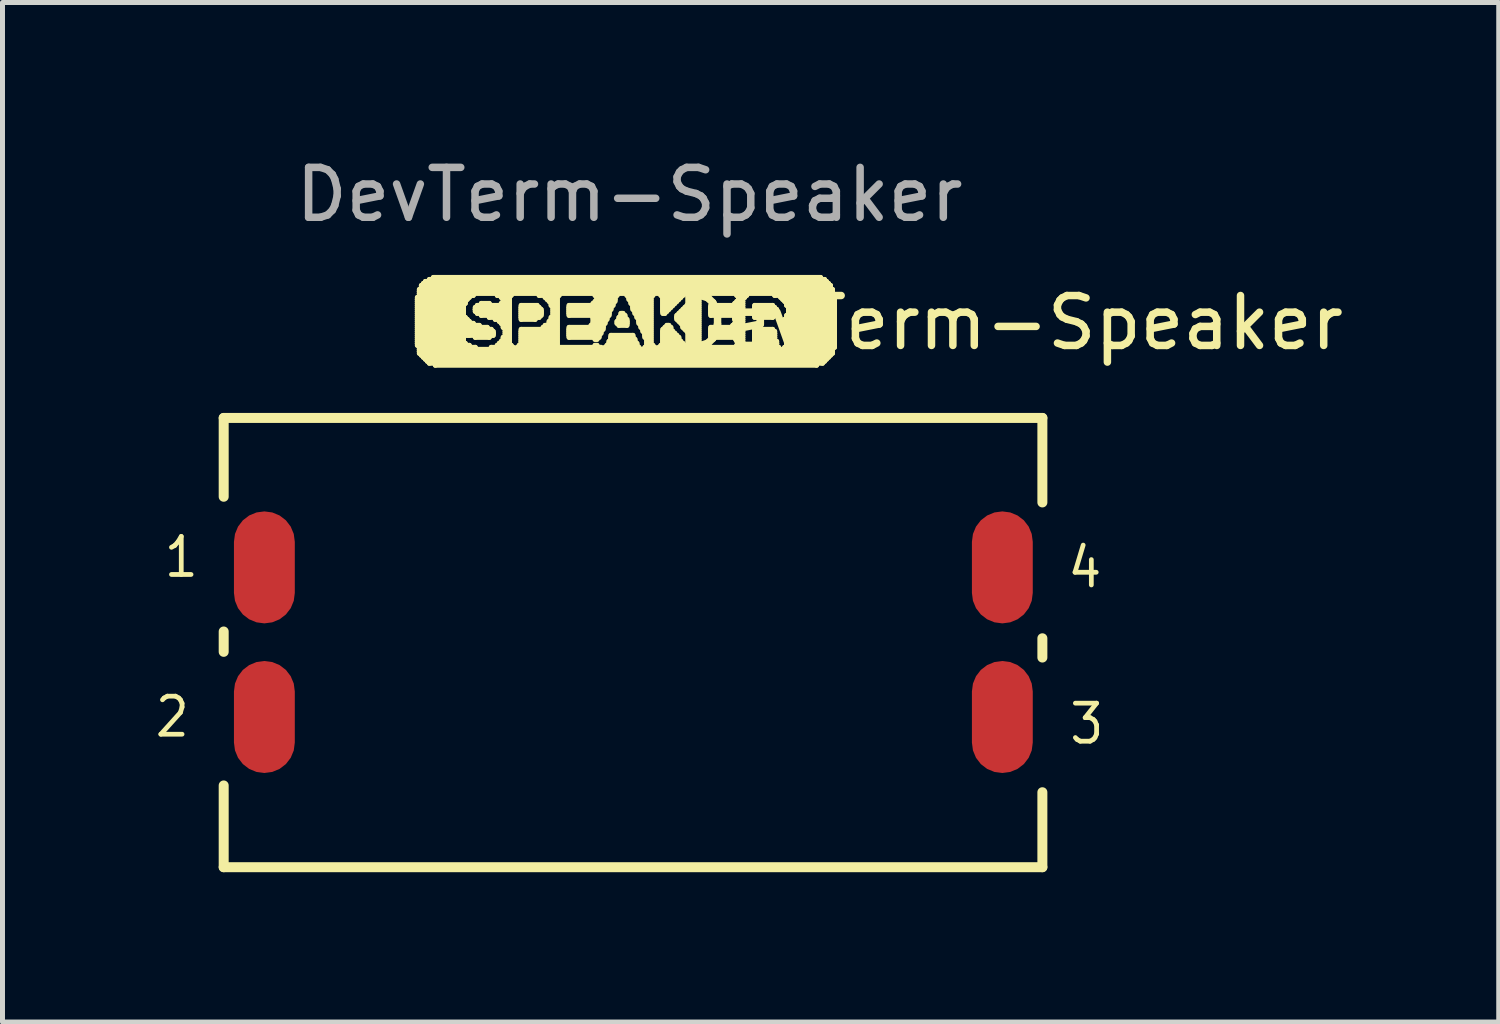
<source format=kicad_pcb>
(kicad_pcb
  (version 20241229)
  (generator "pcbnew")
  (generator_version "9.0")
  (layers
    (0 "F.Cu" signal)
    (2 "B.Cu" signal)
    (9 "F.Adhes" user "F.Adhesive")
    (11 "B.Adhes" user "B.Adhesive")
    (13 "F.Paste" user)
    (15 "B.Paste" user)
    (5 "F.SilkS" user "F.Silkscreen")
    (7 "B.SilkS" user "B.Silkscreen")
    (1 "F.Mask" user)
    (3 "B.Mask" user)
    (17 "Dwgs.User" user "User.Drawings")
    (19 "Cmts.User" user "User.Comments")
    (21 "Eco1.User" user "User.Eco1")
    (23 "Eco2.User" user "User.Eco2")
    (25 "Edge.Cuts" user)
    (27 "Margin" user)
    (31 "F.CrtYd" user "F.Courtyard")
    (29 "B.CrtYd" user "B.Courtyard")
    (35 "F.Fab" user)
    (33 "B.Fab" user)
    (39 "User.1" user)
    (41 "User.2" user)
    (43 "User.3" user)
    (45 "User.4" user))
  (footprint "DevTerm-Speaker"
    (layer "F.Cu")
    (at 9.561 3.388)
    (property "Reference" "DevTerm-Speaker" (at 7.62 0.027 0) (unlocked yes) (layer "F.SilkS") (effects (font (size 1 1) (thickness 0.15))))
    (attr smd exclude_from_bom)
    (fp_line (start -8.13 1.934) (end -8.13 3.513) (stroke (width 0.2) (type solid)) (layer "F.SilkS"))
    (fp_line (start -8.13 1.934) (end 8.27 1.934) (stroke (width 0.2) (type solid)) (layer "F.SilkS"))
    (fp_line (start -8.13 6.62) (end -8.13 6.212) (stroke (width 0.2) (type solid)) (layer "F.SilkS"))
    (fp_line (start -8.13 10.934) (end -8.13 9.296) (stroke (width 0.2) (type solid)) (layer "F.SilkS"))
    (fp_line (start -4.25 -0.48) (end -3.25 -0.48) (stroke (width 0.1) (type solid)) (layer "F.SilkS"))
    (fp_line (start -4.25 -0.44) (end -4.25 -0.48) (stroke (width 0.1) (type solid)) (layer "F.SilkS"))
    (fp_line (start -4.25 -0.44) (end -3.29 -0.44) (stroke (width 0.1) (type solid)) (layer "F.SilkS"))
    (fp_line (start -4.25 -0.4) (end -4.25 -0.44) (stroke (width 0.1) (type solid)) (layer "F.SilkS"))
    (fp_line (start -4.25 -0.4) (end -3.29 -0.4) (stroke (width 0.1) (type solid)) (layer "F.SilkS"))
    (fp_line (start -4.25 -0.36) (end -4.25 -0.4) (stroke (width 0.1) (type solid)) (layer "F.SilkS"))
    (fp_line (start -4.25 -0.36) (end -3.33 -0.36) (stroke (width 0.1) (type solid)) (layer "F.SilkS"))
    (fp_line (start -4.25 -0.32) (end -4.25 -0.36) (stroke (width 0.1) (type solid)) (layer "F.SilkS"))
    (fp_line (start -4.25 -0.32) (end -3.33 -0.32) (stroke (width 0.1) (type solid)) (layer "F.SilkS"))
    (fp_line (start -4.25 -0.28) (end -4.25 -0.32) (stroke (width 0.1) (type solid)) (layer "F.SilkS"))
    (fp_line (start -4.25 -0.28) (end -3.33 -0.28) (stroke (width 0.1) (type solid)) (layer "F.SilkS"))
    (fp_line (start -4.25 -0.24) (end -4.25 -0.28) (stroke (width 0.1) (type solid)) (layer "F.SilkS"))
    (fp_line (start -4.25 -0.24) (end -3.33 -0.24) (stroke (width 0.1) (type solid)) (layer "F.SilkS"))
    (fp_line (start -4.25 -0.2) (end -4.25 -0.24) (stroke (width 0.1) (type solid)) (layer "F.SilkS"))
    (fp_line (start -4.25 -0.2) (end -3.33 -0.2) (stroke (width 0.1) (type solid)) (layer "F.SilkS"))
    (fp_line (start -4.25 -0.16) (end -4.25 -0.2) (stroke (width 0.1) (type solid)) (layer "F.SilkS"))
    (fp_line (start -4.25 -0.16) (end -3.33 -0.16) (stroke (width 0.1) (type solid)) (layer "F.SilkS"))
    (fp_line (start -4.25 -0.12) (end -4.25 -0.16) (stroke (width 0.1) (type solid)) (layer "F.SilkS"))
    (fp_line (start -4.25 -0.12) (end -3.33 -0.12) (stroke (width 0.1) (type solid)) (layer "F.SilkS"))
    (fp_line (start -4.25 -0.08) (end -4.25 -0.12) (stroke (width 0.1) (type solid)) (layer "F.SilkS"))
    (fp_line (start -4.25 -0.08) (end -3.29 -0.08) (stroke (width 0.1) (type solid)) (layer "F.SilkS"))
    (fp_line (start -4.25 -0.04) (end -4.25 -0.08) (stroke (width 0.1) (type solid)) (layer "F.SilkS"))
    (fp_line (start -4.25 -0.04) (end -3.25 -0.04) (stroke (width 0.1) (type solid)) (layer "F.SilkS"))
    (fp_line (start -4.25 0) (end -4.25 -0.04) (stroke (width 0.1) (type solid)) (layer "F.SilkS"))
    (fp_line (start -4.25 0) (end -3.21 0) (stroke (width 0.1) (type solid)) (layer "F.SilkS"))
    (fp_line (start -4.25 0.04) (end -4.25 0) (stroke (width 0.1) (type solid)) (layer "F.SilkS"))
    (fp_line (start -4.25 0.04) (end -3.13 0.04) (stroke (width 0.1) (type solid)) (layer "F.SilkS"))
    (fp_line (start -4.25 0.08) (end -4.25 0.04) (stroke (width 0.1) (type solid)) (layer "F.SilkS"))
    (fp_line (start -4.25 0.08) (end -3.01 0.08) (stroke (width 0.1) (type solid)) (layer "F.SilkS"))
    (fp_line (start -4.25 0.12) (end -4.25 0.08) (stroke (width 0.1) (type solid)) (layer "F.SilkS"))
    (fp_line (start -4.25 0.12) (end -2.85 0.12) (stroke (width 0.1) (type solid)) (layer "F.SilkS"))
    (fp_line (start -4.25 0.16) (end -4.25 0.12) (stroke (width 0.1) (type solid)) (layer "F.SilkS"))
    (fp_line (start -4.25 0.16) (end -2.77 0.16) (stroke (width 0.1) (type solid)) (layer "F.SilkS"))
    (fp_line (start -4.25 0.2) (end -4.25 0.16) (stroke (width 0.1) (type solid)) (layer "F.SilkS"))
    (fp_line (start -4.25 0.2) (end -2.731 0.2) (stroke (width 0.1) (type solid)) (layer "F.SilkS"))
    (fp_line (start -4.25 0.24) (end -4.25 0.2) (stroke (width 0.1) (type solid)) (layer "F.SilkS"))
    (fp_line (start -4.25 0.24) (end -3.25 0.24) (stroke (width 0.1) (type solid)) (layer "F.SilkS"))
    (fp_line (start -4.25 0.28) (end -4.25 0.24) (stroke (width 0.1) (type solid)) (layer "F.SilkS"))
    (fp_line (start -4.25 0.28) (end -3.33 0.28) (stroke (width 0.1) (type solid)) (layer "F.SilkS"))
    (fp_line (start -4.25 0.32) (end -4.25 0.28) (stroke (width 0.1) (type solid)) (layer "F.SilkS"))
    (fp_line (start -4.25 0.32) (end -3.33 0.32) (stroke (width 0.1) (type solid)) (layer "F.SilkS"))
    (fp_line (start -4.25 0.36) (end -4.25 0.32) (stroke (width 0.1) (type solid)) (layer "F.SilkS"))
    (fp_line (start -4.25 0.36) (end -3.33 0.36) (stroke (width 0.1) (type solid)) (layer "F.SilkS"))
    (fp_line (start -4.25 0.4) (end -4.25 0.36) (stroke (width 0.1) (type solid)) (layer "F.SilkS"))
    (fp_line (start -4.25 0.4) (end -3.33 0.4) (stroke (width 0.1) (type solid)) (layer "F.SilkS"))
    (fp_line (start -4.25 0.44) (end -4.25 0.4) (stroke (width 0.1) (type solid)) (layer "F.SilkS"))
    (fp_line (start -4.25 0.44) (end -3.29 0.44) (stroke (width 0.1) (type solid)) (layer "F.SilkS"))
    (fp_line (start -4.25 0.48) (end -4.25 0.44) (stroke (width 0.1) (type solid)) (layer "F.SilkS"))
    (fp_line (start -4.21 -0.64) (end 4.066 -0.64) (stroke (width 0.1) (type solid)) (layer "F.SilkS"))
    (fp_line (start -4.21 -0.6) (end -4.21 -0.64) (stroke (width 0.1) (type solid)) (layer "F.SilkS"))
    (fp_line (start -4.21 -0.6) (end 4.066 -0.6) (stroke (width 0.1) (type solid)) (layer "F.SilkS"))
    (fp_line (start -4.21 -0.56) (end -4.21 -0.6) (stroke (width 0.1) (type solid)) (layer "F.SilkS"))
    (fp_line (start -4.21 -0.56) (end -3.13 -0.56) (stroke (width 0.1) (type solid)) (layer "F.SilkS"))
    (fp_line (start -4.21 -0.52) (end -4.21 -0.56) (stroke (width 0.1) (type solid)) (layer "F.SilkS"))
    (fp_line (start -4.21 -0.52) (end -3.21 -0.52) (stroke (width 0.1) (type solid)) (layer "F.SilkS"))
    (fp_line (start -4.21 -0.48) (end -4.21 -0.52) (stroke (width 0.1) (type solid)) (layer "F.SilkS"))
    (fp_line (start -4.21 0.48) (end -3.21 0.48) (stroke (width 0.1) (type solid)) (layer "F.SilkS"))
    (fp_line (start -4.21 0.52) (end -4.21 0.48) (stroke (width 0.1) (type solid)) (layer "F.SilkS"))
    (fp_line (start -4.21 0.52) (end -3.09 0.52) (stroke (width 0.1) (type solid)) (layer "F.SilkS"))
    (fp_line (start -4.21 0.56) (end -4.21 0.52) (stroke (width 0.1) (type solid)) (layer "F.SilkS"))
    (fp_line (start -4.21 0.56) (end 4.066 0.56) (stroke (width 0.1) (type solid)) (layer "F.SilkS"))
    (fp_line (start -4.21 0.6) (end -4.21 0.56) (stroke (width 0.1) (type solid)) (layer "F.SilkS"))
    (fp_line (start -4.21 0.6) (end 4.066 0.6) (stroke (width 0.1) (type solid)) (layer "F.SilkS"))
    (fp_line (start -4.21 0.64) (end -4.21 0.6) (stroke (width 0.1) (type solid)) (layer "F.SilkS"))
    (fp_line (start -4.17 -0.72) (end 4.026 -0.72) (stroke (width 0.1) (type solid)) (layer "F.SilkS"))
    (fp_line (start -4.17 -0.68) (end -4.17 -0.72) (stroke (width 0.1) (type solid)) (layer "F.SilkS"))
    (fp_line (start -4.17 -0.68) (end 4.026 -0.68) (stroke (width 0.1) (type solid)) (layer "F.SilkS"))
    (fp_line (start -4.17 -0.64) (end -4.17 -0.68) (stroke (width 0.1) (type solid)) (layer "F.SilkS"))
    (fp_line (start -4.17 0.64) (end 4.026 0.64) (stroke (width 0.1) (type solid)) (layer "F.SilkS"))
    (fp_line (start -4.17 0.679) (end -4.17 0.64) (stroke (width 0.1) (type solid)) (layer "F.SilkS"))
    (fp_line (start -4.13 -0.76) (end 3.986 -0.76) (stroke (width 0.1) (type solid)) (layer "F.SilkS"))
    (fp_line (start -4.13 -0.72) (end -4.13 -0.76) (stroke (width 0.1) (type solid)) (layer "F.SilkS"))
    (fp_line (start -4.13 0.679) (end 3.986 0.679) (stroke (width 0.1) (type solid)) (layer "F.SilkS"))
    (fp_line (start -4.13 0.72) (end -4.13 0.679) (stroke (width 0.1) (type solid)) (layer "F.SilkS"))
    (fp_line (start -4.09 -0.8) (end 3.946 -0.8) (stroke (width 0.1) (type solid)) (layer "F.SilkS"))
    (fp_line (start -4.09 -0.76) (end -4.09 -0.8) (stroke (width 0.1) (type solid)) (layer "F.SilkS"))
    (fp_line (start -4.09 0.72) (end 3.946 0.72) (stroke (width 0.1) (type solid)) (layer "F.SilkS"))
    (fp_line (start -4.09 0.759) (end -4.09 0.72) (stroke (width 0.1) (type solid)) (layer "F.SilkS"))
    (fp_line (start -4.05 0.759) (end 3.907 0.759) (stroke (width 0.1) (type solid)) (layer "F.SilkS"))
    (fp_line (start -4.05 0.8) (end -4.05 0.759) (stroke (width 0.1) (type solid)) (layer "F.SilkS"))
    (fp_line (start -4.01 -0.84) (end 3.907 -0.84) (stroke (width 0.1) (type solid)) (layer "F.SilkS"))
    (fp_line (start -4.01 -0.8) (end -4.01 -0.84) (stroke (width 0.1) (type solid)) (layer "F.SilkS"))
    (fp_line (start -4.01 0.8) (end 3.866 0.8) (stroke (width 0.1) (type solid)) (layer "F.SilkS"))
    (fp_line (start -4.01 0.839) (end -4.01 0.8) (stroke (width 0.1) (type solid)) (layer "F.SilkS"))
    (fp_line (start -3.93 -0.88) (end 3.827 -0.88) (stroke (width 0.1) (type solid)) (layer "F.SilkS"))
    (fp_line (start -3.93 -0.84) (end -3.93 -0.88) (stroke (width 0.1) (type solid)) (layer "F.SilkS"))
    (fp_line (start -3.89 0.839) (end 3.747 0.839) (stroke (width 0.1) (type solid)) (layer "F.SilkS"))
    (fp_line (start -3.89 0.879) (end -3.89 0.839) (stroke (width 0.1) (type solid)) (layer "F.SilkS"))
    (fp_line (start -3.33 -0.36) (end -3.33 -0.32) (stroke (width 0.1) (type solid)) (layer "F.SilkS"))
    (fp_line (start -3.33 -0.32) (end -4.25 -0.32) (stroke (width 0.1) (type solid)) (layer "F.SilkS"))
    (fp_line (start -3.33 -0.32) (end -3.33 -0.28) (stroke (width 0.1) (type solid)) (layer "F.SilkS"))
    (fp_line (start -3.33 -0.28) (end -4.25 -0.28) (stroke (width 0.1) (type solid)) (layer "F.SilkS"))
    (fp_line (start -3.33 -0.28) (end -3.33 -0.24) (stroke (width 0.1) (type solid)) (layer "F.SilkS"))
    (fp_line (start -3.33 -0.24) (end -4.25 -0.24) (stroke (width 0.1) (type solid)) (layer "F.SilkS"))
    (fp_line (start -3.33 -0.24) (end -3.33 -0.2) (stroke (width 0.1) (type solid)) (layer "F.SilkS"))
    (fp_line (start -3.33 -0.2) (end -4.25 -0.2) (stroke (width 0.1) (type solid)) (layer "F.SilkS"))
    (fp_line (start -3.33 -0.2) (end -3.33 -0.16) (stroke (width 0.1) (type solid)) (layer "F.SilkS"))
    (fp_line (start -3.33 -0.16) (end -4.25 -0.16) (stroke (width 0.1) (type solid)) (layer "F.SilkS"))
    (fp_line (start -3.33 -0.16) (end -3.33 -0.12) (stroke (width 0.1) (type solid)) (layer "F.SilkS"))
    (fp_line (start -3.33 -0.12) (end -4.25 -0.12) (stroke (width 0.1) (type solid)) (layer "F.SilkS"))
    (fp_line (start -3.33 -0.12) (end -3.33 -0.08) (stroke (width 0.1) (type solid)) (layer "F.SilkS"))
    (fp_line (start -3.33 -0.08) (end -4.25 -0.08) (stroke (width 0.1) (type solid)) (layer "F.SilkS"))
    (fp_line (start -3.33 0.28) (end -3.33 0.32) (stroke (width 0.1) (type solid)) (layer "F.SilkS"))
    (fp_line (start -3.33 0.32) (end -4.25 0.32) (stroke (width 0.1) (type solid)) (layer "F.SilkS"))
    (fp_line (start -3.33 0.32) (end -3.33 0.36) (stroke (width 0.1) (type solid)) (layer "F.SilkS"))
    (fp_line (start -3.33 0.36) (end -4.25 0.36) (stroke (width 0.1) (type solid)) (layer "F.SilkS"))
    (fp_line (start -3.33 0.36) (end -3.33 0.4) (stroke (width 0.1) (type solid)) (layer "F.SilkS"))
    (fp_line (start -3.33 0.4) (end -4.25 0.4) (stroke (width 0.1) (type solid)) (layer "F.SilkS"))
    (fp_line (start -3.33 0.4) (end -3.33 0.44) (stroke (width 0.1) (type solid)) (layer "F.SilkS"))
    (fp_line (start -3.33 0.44) (end -4.25 0.44) (stroke (width 0.1) (type solid)) (layer "F.SilkS"))
    (fp_line (start -3.29 -0.44) (end -3.29 -0.4) (stroke (width 0.1) (type solid)) (layer "F.SilkS"))
    (fp_line (start -3.29 -0.4) (end -4.25 -0.4) (stroke (width 0.1) (type solid)) (layer "F.SilkS"))
    (fp_line (start -3.29 -0.4) (end -3.29 -0.36) (stroke (width 0.1) (type solid)) (layer "F.SilkS"))
    (fp_line (start -3.29 -0.36) (end -4.25 -0.36) (stroke (width 0.1) (type solid)) (layer "F.SilkS"))
    (fp_line (start -3.29 -0.08) (end -3.29 -0.04) (stroke (width 0.1) (type solid)) (layer "F.SilkS"))
    (fp_line (start -3.29 -0.04) (end -4.25 -0.04) (stroke (width 0.1) (type solid)) (layer "F.SilkS"))
    (fp_line (start -3.29 0.44) (end -3.29 0.48) (stroke (width 0.1) (type solid)) (layer "F.SilkS"))
    (fp_line (start -3.29 0.48) (end -4.25 0.48) (stroke (width 0.1) (type solid)) (layer "F.SilkS"))
    (fp_line (start -3.25 -0.48) (end -3.25 -0.44) (stroke (width 0.1) (type solid)) (layer "F.SilkS"))
    (fp_line (start -3.25 -0.44) (end -4.25 -0.44) (stroke (width 0.1) (type solid)) (layer "F.SilkS"))
    (fp_line (start -3.25 -0.04) (end -3.25 0) (stroke (width 0.1) (type solid)) (layer "F.SilkS"))
    (fp_line (start -3.25 0) (end -4.25 0) (stroke (width 0.1) (type solid)) (layer "F.SilkS"))
    (fp_line (start -3.25 0.24) (end -3.25 0.28) (stroke (width 0.1) (type solid)) (layer "F.SilkS"))
    (fp_line (start -3.25 0.28) (end -4.25 0.28) (stroke (width 0.1) (type solid)) (layer "F.SilkS"))
    (fp_line (start -3.21 -0.52) (end -3.21 -0.48) (stroke (width 0.1) (type solid)) (layer "F.SilkS"))
    (fp_line (start -3.21 -0.48) (end -4.21 -0.48) (stroke (width 0.1) (type solid)) (layer "F.SilkS"))
    (fp_line (start -3.21 0) (end -3.21 0.04) (stroke (width 0.1) (type solid)) (layer "F.SilkS"))
    (fp_line (start -3.21 0.04) (end -4.25 0.04) (stroke (width 0.1) (type solid)) (layer "F.SilkS"))
    (fp_line (start -3.21 0.24) (end -2.731 0.24) (stroke (width 0.1) (type solid)) (layer "F.SilkS"))
    (fp_line (start -3.21 0.28) (end -3.21 0.24) (stroke (width 0.1) (type solid)) (layer "F.SilkS"))
    (fp_line (start -3.21 0.48) (end -3.21 0.52) (stroke (width 0.1) (type solid)) (layer "F.SilkS"))
    (fp_line (start -3.21 0.52) (end -4.21 0.52) (stroke (width 0.1) (type solid)) (layer "F.SilkS"))
    (fp_line (start -3.13 -0.56) (end -3.13 -0.52) (stroke (width 0.1) (type solid)) (layer "F.SilkS"))
    (fp_line (start -3.13 -0.52) (end -4.21 -0.52) (stroke (width 0.1) (type solid)) (layer "F.SilkS"))
    (fp_line (start -3.13 0.04) (end -3.13 0.08) (stroke (width 0.1) (type solid)) (layer "F.SilkS"))
    (fp_line (start -3.13 0.08) (end -4.25 0.08) (stroke (width 0.1) (type solid)) (layer "F.SilkS"))
    (fp_line (start -3.09 -0.28) (end -2.41 -0.28) (stroke (width 0.1) (type solid)) (layer "F.SilkS"))
    (fp_line (start -3.09 -0.24) (end -3.09 -0.28) (stroke (width 0.1) (type solid)) (layer "F.SilkS"))
    (fp_line (start -3.09 -0.24) (end -2.41 -0.24) (stroke (width 0.1) (type solid)) (layer "F.SilkS"))
    (fp_line (start -3.09 -0.2) (end -3.09 -0.24) (stroke (width 0.1) (type solid)) (layer "F.SilkS"))
    (fp_line (start -3.09 0.28) (end -2.81 0.28) (stroke (width 0.1) (type solid)) (layer "F.SilkS"))
    (fp_line (start -3.09 0.32) (end -3.09 0.28) (stroke (width 0.1) (type solid)) (layer "F.SilkS"))
    (fp_line (start -3.09 0.52) (end -3.09 0.56) (stroke (width 0.1) (type solid)) (layer "F.SilkS"))
    (fp_line (start -3.09 0.56) (end -4.21 0.56) (stroke (width 0.1) (type solid)) (layer "F.SilkS"))
    (fp_line (start -3.05 -0.32) (end -2.41 -0.32) (stroke (width 0.1) (type solid)) (layer "F.SilkS"))
    (fp_line (start -3.05 -0.28) (end -3.05 -0.32) (stroke (width 0.1) (type solid)) (layer "F.SilkS"))
    (fp_line (start -3.05 -0.2) (end -2.41 -0.2) (stroke (width 0.1) (type solid)) (layer "F.SilkS"))
    (fp_line (start -3.05 -0.16) (end -3.05 -0.2) (stroke (width 0.1) (type solid)) (layer "F.SilkS"))
    (fp_line (start -3.01 0.08) (end -3.01 0.12) (stroke (width 0.1) (type solid)) (layer "F.SilkS"))
    (fp_line (start -3.01 0.12) (end -4.25 0.12) (stroke (width 0.1) (type solid)) (layer "F.SilkS"))
    (fp_line (start -2.97 -0.36) (end -2.81 -0.36) (stroke (width 0.1) (type solid)) (layer "F.SilkS"))
    (fp_line (start -2.97 -0.32) (end -2.97 -0.36) (stroke (width 0.1) (type solid)) (layer "F.SilkS"))
    (fp_line (start -2.97 -0.16) (end -2.41 -0.16) (stroke (width 0.1) (type solid)) (layer "F.SilkS"))
    (fp_line (start -2.97 -0.12) (end -2.97 -0.16) (stroke (width 0.1) (type solid)) (layer "F.SilkS"))
    (fp_line (start -2.85 0.12) (end -2.85 0.16) (stroke (width 0.1) (type solid)) (layer "F.SilkS"))
    (fp_line (start -2.85 0.16) (end -4.25 0.16) (stroke (width 0.1) (type solid)) (layer "F.SilkS"))
    (fp_line (start -2.81 -0.36) (end -2.81 -0.32) (stroke (width 0.1) (type solid)) (layer "F.SilkS"))
    (fp_line (start -2.81 -0.32) (end -2.97 -0.32) (stroke (width 0.1) (type solid)) (layer "F.SilkS"))
    (fp_line (start -2.81 -0.12) (end -2.41 -0.12) (stroke (width 0.1) (type solid)) (layer "F.SilkS"))
    (fp_line (start -2.81 -0.08) (end -2.81 -0.12) (stroke (width 0.1) (type solid)) (layer "F.SilkS"))
    (fp_line (start -2.81 0.28) (end -2.81 0.32) (stroke (width 0.1) (type solid)) (layer "F.SilkS"))
    (fp_line (start -2.81 0.32) (end -3.09 0.32) (stroke (width 0.1) (type solid)) (layer "F.SilkS"))
    (fp_line (start -2.77 0.16) (end -2.77 0.2) (stroke (width 0.1) (type solid)) (layer "F.SilkS"))
    (fp_line (start -2.77 0.2) (end -4.25 0.2) (stroke (width 0.1) (type solid)) (layer "F.SilkS"))
    (fp_line (start -2.77 0.52) (end -2.331 0.52) (stroke (width 0.1) (type solid)) (layer "F.SilkS"))
    (fp_line (start -2.77 0.56) (end -2.77 0.52) (stroke (width 0.1) (type solid)) (layer "F.SilkS"))
    (fp_line (start -2.731 0.2) (end -2.731 0.24) (stroke (width 0.1) (type solid)) (layer "F.SilkS"))
    (fp_line (start -2.731 0.24) (end -4.25 0.24) (stroke (width 0.1) (type solid)) (layer "F.SilkS"))
    (fp_line (start -2.731 0.24) (end -2.731 0.28) (stroke (width 0.1) (type solid)) (layer "F.SilkS"))
    (fp_line (start -2.731 0.28) (end -3.21 0.28) (stroke (width 0.1) (type solid)) (layer "F.SilkS"))
    (fp_line (start -2.69 -0.08) (end -2.41 -0.08) (stroke (width 0.1) (type solid)) (layer "F.SilkS"))
    (fp_line (start -2.69 -0.04) (end -2.69 -0.08) (stroke (width 0.1) (type solid)) (layer "F.SilkS"))
    (fp_line (start -2.65 -0.56) (end -2.371 -0.56) (stroke (width 0.1) (type solid)) (layer "F.SilkS"))
    (fp_line (start -2.65 -0.52) (end -2.65 -0.56) (stroke (width 0.1) (type solid)) (layer "F.SilkS"))
    (fp_line (start -2.65 0.48) (end -2.371 0.48) (stroke (width 0.1) (type solid)) (layer "F.SilkS"))
    (fp_line (start -2.65 0.52) (end -2.65 0.48) (stroke (width 0.1) (type solid)) (layer "F.SilkS"))
    (fp_line (start -2.61 -0.04) (end -2.41 -0.04) (stroke (width 0.1) (type solid)) (layer "F.SilkS"))
    (fp_line (start -2.61 0) (end -2.61 -0.04) (stroke (width 0.1) (type solid)) (layer "F.SilkS"))
    (fp_line (start -2.61 0.44) (end -2.41 0.44) (stroke (width 0.1) (type solid)) (layer "F.SilkS"))
    (fp_line (start -2.61 0.48) (end -2.61 0.44) (stroke (width 0.1) (type solid)) (layer "F.SilkS"))
    (fp_line (start -2.57 -0.52) (end -2.41 -0.52) (stroke (width 0.1) (type solid)) (layer "F.SilkS"))
    (fp_line (start -2.57 -0.48) (end -2.57 -0.52) (stroke (width 0.1) (type solid)) (layer "F.SilkS"))
    (fp_line (start -2.57 -0.36) (end -2.41 -0.36) (stroke (width 0.1) (type solid)) (layer "F.SilkS"))
    (fp_line (start -2.57 -0.32) (end -2.57 -0.36) (stroke (width 0.1) (type solid)) (layer "F.SilkS"))
    (fp_line (start -2.57 0) (end -2.41 0) (stroke (width 0.1) (type solid)) (layer "F.SilkS"))
    (fp_line (start -2.57 0.04) (end -2.57 0) (stroke (width 0.1) (type solid)) (layer "F.SilkS"))
    (fp_line (start -2.57 0.4) (end -2.41 0.4) (stroke (width 0.1) (type solid)) (layer "F.SilkS"))
    (fp_line (start -2.57 0.44) (end -2.57 0.4) (stroke (width 0.1) (type solid)) (layer "F.SilkS"))
    (fp_line (start -2.531 -0.48) (end -2.41 -0.48) (stroke (width 0.1) (type solid)) (layer "F.SilkS"))
    (fp_line (start -2.531 -0.44) (end -2.531 -0.48) (stroke (width 0.1) (type solid)) (layer "F.SilkS"))
    (fp_line (start -2.531 -0.44) (end -2.41 -0.44) (stroke (width 0.1) (type solid)) (layer "F.SilkS"))
    (fp_line (start -2.531 -0.4) (end -2.531 -0.44) (stroke (width 0.1) (type solid)) (layer "F.SilkS"))
    (fp_line (start -2.531 -0.4) (end -2.41 -0.4) (stroke (width 0.1) (type solid)) (layer "F.SilkS"))
    (fp_line (start -2.531 -0.36) (end -2.531 -0.4) (stroke (width 0.1) (type solid)) (layer "F.SilkS"))
    (fp_line (start -2.531 0.04) (end -2.41 0.04) (stroke (width 0.1) (type solid)) (layer "F.SilkS"))
    (fp_line (start -2.531 0.08) (end -2.531 0.04) (stroke (width 0.1) (type solid)) (layer "F.SilkS"))
    (fp_line (start -2.531 0.08) (end -2.41 0.08) (stroke (width 0.1) (type solid)) (layer "F.SilkS"))
    (fp_line (start -2.531 0.12) (end -2.531 0.08) (stroke (width 0.1) (type solid)) (layer "F.SilkS"))
    (fp_line (start -2.531 0.32) (end -2.41 0.32) (stroke (width 0.1) (type solid)) (layer "F.SilkS"))
    (fp_line (start -2.531 0.36) (end -2.531 0.32) (stroke (width 0.1) (type solid)) (layer "F.SilkS"))
    (fp_line (start -2.531 0.36) (end -2.41 0.36) (stroke (width 0.1) (type solid)) (layer "F.SilkS"))
    (fp_line (start -2.531 0.4) (end -2.531 0.36) (stroke (width 0.1) (type solid)) (layer "F.SilkS"))
    (fp_line (start -2.49 0.12) (end -2.41 0.12) (stroke (width 0.1) (type solid)) (layer "F.SilkS"))
    (fp_line (start -2.49 0.16) (end -2.49 0.12) (stroke (width 0.1) (type solid)) (layer "F.SilkS"))
    (fp_line (start -2.49 0.16) (end -2.41 0.16) (stroke (width 0.1) (type solid)) (layer "F.SilkS"))
    (fp_line (start -2.49 0.2) (end -2.49 0.16) (stroke (width 0.1) (type solid)) (layer "F.SilkS"))
    (fp_line (start -2.49 0.2) (end -2.41 0.2) (stroke (width 0.1) (type solid)) (layer "F.SilkS"))
    (fp_line (start -2.49 0.24) (end -2.49 0.2) (stroke (width 0.1) (type solid)) (layer "F.SilkS"))
    (fp_line (start -2.49 0.24) (end -2.41 0.24) (stroke (width 0.1) (type solid)) (layer "F.SilkS"))
    (fp_line (start -2.49 0.28) (end -2.49 0.24) (stroke (width 0.1) (type solid)) (layer "F.SilkS"))
    (fp_line (start -2.49 0.28) (end -2.41 0.28) (stroke (width 0.1) (type solid)) (layer "F.SilkS"))
    (fp_line (start -2.49 0.32) (end -2.49 0.28) (stroke (width 0.1) (type solid)) (layer "F.SilkS"))
    (fp_line (start -2.41 -0.52) (end -2.41 -0.48) (stroke (width 0.1) (type solid)) (layer "F.SilkS"))
    (fp_line (start -2.41 -0.48) (end -2.57 -0.48) (stroke (width 0.1) (type solid)) (layer "F.SilkS"))
    (fp_line (start -2.41 -0.48) (end -2.41 -0.44) (stroke (width 0.1) (type solid)) (layer "F.SilkS"))
    (fp_line (start -2.41 -0.44) (end -2.531 -0.44) (stroke (width 0.1) (type solid)) (layer "F.SilkS"))
    (fp_line (start -2.41 -0.44) (end -2.41 -0.4) (stroke (width 0.1) (type solid)) (layer "F.SilkS"))
    (fp_line (start -2.41 -0.4) (end -2.531 -0.4) (stroke (width 0.1) (type solid)) (layer "F.SilkS"))
    (fp_line (start -2.41 -0.4) (end -2.41 -0.36) (stroke (width 0.1) (type solid)) (layer "F.SilkS"))
    (fp_line (start -2.41 -0.36) (end -2.531 -0.36) (stroke (width 0.1) (type solid)) (layer "F.SilkS"))
    (fp_line (start -2.41 -0.36) (end -2.41 -0.32) (stroke (width 0.1) (type solid)) (layer "F.SilkS"))
    (fp_line (start -2.41 -0.32) (end -2.57 -0.32) (stroke (width 0.1) (type solid)) (layer "F.SilkS"))
    (fp_line (start -2.41 -0.32) (end -2.41 -0.28) (stroke (width 0.1) (type solid)) (layer "F.SilkS"))
    (fp_line (start -2.41 -0.28) (end -3.05 -0.28) (stroke (width 0.1) (type solid)) (layer "F.SilkS"))
    (fp_line (start -2.41 -0.28) (end -2.41 -0.24) (stroke (width 0.1) (type solid)) (layer "F.SilkS"))
    (fp_line (start -2.41 -0.24) (end -3.09 -0.24) (stroke (width 0.1) (type solid)) (layer "F.SilkS"))
    (fp_line (start -2.41 -0.24) (end -2.41 -0.2) (stroke (width 0.1) (type solid)) (layer "F.SilkS"))
    (fp_line (start -2.41 -0.2) (end -3.09 -0.2) (stroke (width 0.1) (type solid)) (layer "F.SilkS"))
    (fp_line (start -2.41 -0.2) (end -2.41 -0.16) (stroke (width 0.1) (type solid)) (layer "F.SilkS"))
    (fp_line (start -2.41 -0.16) (end -3.05 -0.16) (stroke (width 0.1) (type solid)) (layer "F.SilkS"))
    (fp_line (start -2.41 -0.16) (end -2.41 -0.12) (stroke (width 0.1) (type solid)) (layer "F.SilkS"))
    (fp_line (start -2.41 -0.12) (end -2.97 -0.12) (stroke (width 0.1) (type solid)) (layer "F.SilkS"))
    (fp_line (start -2.41 -0.12) (end -2.41 -0.08) (stroke (width 0.1) (type solid)) (layer "F.SilkS"))
    (fp_line (start -2.41 -0.08) (end -2.81 -0.08) (stroke (width 0.1) (type solid)) (layer "F.SilkS"))
    (fp_line (start -2.41 -0.08) (end -2.41 -0.04) (stroke (width 0.1) (type solid)) (layer "F.SilkS"))
    (fp_line (start -2.41 -0.04) (end -2.69 -0.04) (stroke (width 0.1) (type solid)) (layer "F.SilkS"))
    (fp_line (start -2.41 -0.04) (end -2.41 0) (stroke (width 0.1) (type solid)) (layer "F.SilkS"))
    (fp_line (start -2.41 0) (end -2.61 0) (stroke (width 0.1) (type solid)) (layer "F.SilkS"))
    (fp_line (start -2.41 0) (end -2.41 0.04) (stroke (width 0.1) (type solid)) (layer "F.SilkS"))
    (fp_line (start -2.41 0.04) (end -2.57 0.04) (stroke (width 0.1) (type solid)) (layer "F.SilkS"))
    (fp_line (start -2.41 0.04) (end -2.41 0.08) (stroke (width 0.1) (type solid)) (layer "F.SilkS"))
    (fp_line (start -2.41 0.08) (end -2.531 0.08) (stroke (width 0.1) (type solid)) (layer "F.SilkS"))
    (fp_line (start -2.41 0.08) (end -2.41 0.12) (stroke (width 0.1) (type solid)) (layer "F.SilkS"))
    (fp_line (start -2.41 0.12) (end -2.531 0.12) (stroke (width 0.1) (type solid)) (layer "F.SilkS"))
    (fp_line (start -2.41 0.12) (end -2.41 0.16) (stroke (width 0.1) (type solid)) (layer "F.SilkS"))
    (fp_line (start -2.41 0.16) (end -2.49 0.16) (stroke (width 0.1) (type solid)) (layer "F.SilkS"))
    (fp_line (start -2.41 0.16) (end -2.41 0.2) (stroke (width 0.1) (type solid)) (layer "F.SilkS"))
    (fp_line (start -2.41 0.2) (end -2.49 0.2) (stroke (width 0.1) (type solid)) (layer "F.SilkS"))
    (fp_line (start -2.41 0.2) (end -2.41 0.24) (stroke (width 0.1) (type solid)) (layer "F.SilkS"))
    (fp_line (start -2.41 0.24) (end -2.49 0.24) (stroke (width 0.1) (type solid)) (layer "F.SilkS"))
    (fp_line (start -2.41 0.24) (end -2.41 0.28) (stroke (width 0.1) (type solid)) (layer "F.SilkS"))
    (fp_line (start -2.41 0.28) (end -2.49 0.28) (stroke (width 0.1) (type solid)) (layer "F.SilkS"))
    (fp_line (start -2.41 0.28) (end -2.41 0.32) (stroke (width 0.1) (type solid)) (layer "F.SilkS"))
    (fp_line (start -2.41 0.32) (end -2.49 0.32) (stroke (width 0.1) (type solid)) (layer "F.SilkS"))
    (fp_line (start -2.41 0.32) (end -2.41 0.36) (stroke (width 0.1) (type solid)) (layer "F.SilkS"))
    (fp_line (start -2.41 0.36) (end -2.531 0.36) (stroke (width 0.1) (type solid)) (layer "F.SilkS"))
    (fp_line (start -2.41 0.36) (end -2.41 0.4) (stroke (width 0.1) (type solid)) (layer "F.SilkS"))
    (fp_line (start -2.41 0.4) (end -2.531 0.4) (stroke (width 0.1) (type solid)) (layer "F.SilkS"))
    (fp_line (start -2.41 0.4) (end -2.41 0.44) (stroke (width 0.1) (type solid)) (layer "F.SilkS"))
    (fp_line (start -2.41 0.44) (end -2.57 0.44) (stroke (width 0.1) (type solid)) (layer "F.SilkS"))
    (fp_line (start -2.41 0.44) (end -2.41 0.48) (stroke (width 0.1) (type solid)) (layer "F.SilkS"))
    (fp_line (start -2.41 0.48) (end -2.61 0.48) (stroke (width 0.1) (type solid)) (layer "F.SilkS"))
    (fp_line (start -2.371 -0.56) (end -2.371 -0.52) (stroke (width 0.1) (type solid)) (layer "F.SilkS"))
    (fp_line (start -2.371 -0.52) (end -2.65 -0.52) (stroke (width 0.1) (type solid)) (layer "F.SilkS"))
    (fp_line (start -2.371 0.48) (end -2.371 0.52) (stroke (width 0.1) (type solid)) (layer "F.SilkS"))
    (fp_line (start -2.371 0.52) (end -2.65 0.52) (stroke (width 0.1) (type solid)) (layer "F.SilkS"))
    (fp_line (start -2.331 0.52) (end -2.331 0.56) (stroke (width 0.1) (type solid)) (layer "F.SilkS"))
    (fp_line (start -2.331 0.56) (end -2.77 0.56) (stroke (width 0.1) (type solid)) (layer "F.SilkS"))
    (fp_line (start -2.251 0.52) (end -0.572 0.52) (stroke (width 0.1) (type solid)) (layer "F.SilkS"))
    (fp_line (start -2.251 0.56) (end -2.251 0.52) (stroke (width 0.1) (type solid)) (layer "F.SilkS"))
    (fp_line (start -2.211 0.48) (end -1.451 0.48) (stroke (width 0.1) (type solid)) (layer "F.SilkS"))
    (fp_line (start -2.211 0.52) (end -2.211 0.48) (stroke (width 0.1) (type solid)) (layer "F.SilkS"))
    (fp_line (start -2.171 -0.32) (end -1.851 -0.32) (stroke (width 0.1) (type solid)) (layer "F.SilkS"))
    (fp_line (start -2.171 -0.28) (end -2.171 -0.32) (stroke (width 0.1) (type solid)) (layer "F.SilkS"))
    (fp_line (start -2.171 -0.28) (end -1.811 -0.28) (stroke (width 0.1) (type solid)) (layer "F.SilkS"))
    (fp_line (start -2.171 -0.24) (end -2.171 -0.28) (stroke (width 0.1) (type solid)) (layer "F.SilkS"))
    (fp_line (start -2.171 -0.24) (end -1.771 -0.24) (stroke (width 0.1) (type solid)) (layer "F.SilkS"))
    (fp_line (start -2.171 -0.2) (end -2.171 -0.24) (stroke (width 0.1) (type solid)) (layer "F.SilkS"))
    (fp_line (start -2.171 -0.2) (end -1.771 -0.2) (stroke (width 0.1) (type solid)) (layer "F.SilkS"))
    (fp_line (start -2.171 -0.16) (end -2.171 -0.2) (stroke (width 0.1) (type solid)) (layer "F.SilkS"))
    (fp_line (start -2.171 -0.16) (end -1.771 -0.16) (stroke (width 0.1) (type solid)) (layer "F.SilkS"))
    (fp_line (start -2.171 -0.12) (end -2.171 -0.16) (stroke (width 0.1) (type solid)) (layer "F.SilkS"))
    (fp_line (start -2.171 -0.12) (end -1.811 -0.12) (stroke (width 0.1) (type solid)) (layer "F.SilkS"))
    (fp_line (start -2.171 -0.08) (end -2.171 -0.12) (stroke (width 0.1) (type solid)) (layer "F.SilkS"))
    (fp_line (start -2.171 -0.08) (end -1.891 -0.08) (stroke (width 0.1) (type solid)) (layer "F.SilkS"))
    (fp_line (start -2.171 -0.04) (end -2.171 -0.08) (stroke (width 0.1) (type solid)) (layer "F.SilkS"))
    (fp_line (start -2.171 0.16) (end -1.451 0.16) (stroke (width 0.1) (type solid)) (layer "F.SilkS"))
    (fp_line (start -2.171 0.2) (end -2.171 0.16) (stroke (width 0.1) (type solid)) (layer "F.SilkS"))
    (fp_line (start -2.171 0.2) (end -1.451 0.2) (stroke (width 0.1) (type solid)) (layer "F.SilkS"))
    (fp_line (start -2.171 0.24) (end -2.171 0.2) (stroke (width 0.1) (type solid)) (layer "F.SilkS"))
    (fp_line (start -2.171 0.24) (end -1.451 0.24) (stroke (width 0.1) (type solid)) (layer "F.SilkS"))
    (fp_line (start -2.171 0.28) (end -2.171 0.24) (stroke (width 0.1) (type solid)) (layer "F.SilkS"))
    (fp_line (start -2.171 0.28) (end -1.451 0.28) (stroke (width 0.1) (type solid)) (layer "F.SilkS"))
    (fp_line (start -2.171 0.32) (end -2.171 0.28) (stroke (width 0.1) (type solid)) (layer "F.SilkS"))
    (fp_line (start -2.171 0.32) (end -1.451 0.32) (stroke (width 0.1) (type solid)) (layer "F.SilkS"))
    (fp_line (start -2.171 0.36) (end -2.171 0.32) (stroke (width 0.1) (type solid)) (layer "F.SilkS"))
    (fp_line (start -2.171 0.36) (end -1.451 0.36) (stroke (width 0.1) (type solid)) (layer "F.SilkS"))
    (fp_line (start -2.171 0.4) (end -2.171 0.36) (stroke (width 0.1) (type solid)) (layer "F.SilkS"))
    (fp_line (start -2.171 0.4) (end -1.451 0.4) (stroke (width 0.1) (type solid)) (layer "F.SilkS"))
    (fp_line (start -2.171 0.44) (end -2.171 0.4) (stroke (width 0.1) (type solid)) (layer "F.SilkS"))
    (fp_line (start -2.171 0.44) (end -1.451 0.44) (stroke (width 0.1) (type solid)) (layer "F.SilkS"))
    (fp_line (start -2.171 0.48) (end -2.171 0.44) (stroke (width 0.1) (type solid)) (layer "F.SilkS"))
    (fp_line (start -1.891 -0.08) (end -1.891 -0.04) (stroke (width 0.1) (type solid)) (layer "F.SilkS"))
    (fp_line (start -1.891 -0.04) (end -2.171 -0.04) (stroke (width 0.1) (type solid)) (layer "F.SilkS"))
    (fp_line (start -1.851 -0.32) (end -1.851 -0.28) (stroke (width 0.1) (type solid)) (layer "F.SilkS"))
    (fp_line (start -1.851 -0.28) (end -2.171 -0.28) (stroke (width 0.1) (type solid)) (layer "F.SilkS"))
    (fp_line (start -1.811 -0.56) (end -1.411 -0.56) (stroke (width 0.1) (type solid)) (layer "F.SilkS"))
    (fp_line (start -1.811 -0.52) (end -1.811 -0.56) (stroke (width 0.1) (type solid)) (layer "F.SilkS"))
    (fp_line (start -1.811 -0.28) (end -1.811 -0.24) (stroke (width 0.1) (type solid)) (layer "F.SilkS"))
    (fp_line (start -1.811 -0.24) (end -2.171 -0.24) (stroke (width 0.1) (type solid)) (layer "F.SilkS"))
    (fp_line (start -1.811 -0.12) (end -1.811 -0.08) (stroke (width 0.1) (type solid)) (layer "F.SilkS"))
    (fp_line (start -1.811 -0.08) (end -2.171 -0.08) (stroke (width 0.1) (type solid)) (layer "F.SilkS"))
    (fp_line (start -1.771 -0.24) (end -1.771 -0.2) (stroke (width 0.1) (type solid)) (layer "F.SilkS"))
    (fp_line (start -1.771 -0.2) (end -2.171 -0.2) (stroke (width 0.1) (type solid)) (layer "F.SilkS"))
    (fp_line (start -1.771 -0.2) (end -1.771 -0.16) (stroke (width 0.1) (type solid)) (layer "F.SilkS"))
    (fp_line (start -1.771 -0.16) (end -2.171 -0.16) (stroke (width 0.1) (type solid)) (layer "F.SilkS"))
    (fp_line (start -1.771 -0.16) (end -1.771 -0.12) (stroke (width 0.1) (type solid)) (layer "F.SilkS"))
    (fp_line (start -1.771 -0.12) (end -2.171 -0.12) (stroke (width 0.1) (type solid)) (layer "F.SilkS"))
    (fp_line (start -1.731 0.12) (end -1.451 0.12) (stroke (width 0.1) (type solid)) (layer "F.SilkS"))
    (fp_line (start -1.731 0.16) (end -1.731 0.12) (stroke (width 0.1) (type solid)) (layer "F.SilkS"))
    (fp_line (start -1.691 -0.52) (end -1.451 -0.52) (stroke (width 0.1) (type solid)) (layer "F.SilkS"))
    (fp_line (start -1.691 -0.48) (end -1.691 -0.52) (stroke (width 0.1) (type solid)) (layer "F.SilkS"))
    (fp_line (start -1.691 0.08) (end -1.451 0.08) (stroke (width 0.1) (type solid)) (layer "F.SilkS"))
    (fp_line (start -1.691 0.12) (end -1.691 0.08) (stroke (width 0.1) (type solid)) (layer "F.SilkS"))
    (fp_line (start -1.651 -0.48) (end -1.451 -0.48) (stroke (width 0.1) (type solid)) (layer "F.SilkS"))
    (fp_line (start -1.651 -0.44) (end -1.651 -0.48) (stroke (width 0.1) (type solid)) (layer "F.SilkS"))
    (fp_line (start -1.611 -0.44) (end -1.451 -0.44) (stroke (width 0.1) (type solid)) (layer "F.SilkS"))
    (fp_line (start -1.611 -0.4) (end -1.611 -0.44) (stroke (width 0.1) (type solid)) (layer "F.SilkS"))
    (fp_line (start -1.611 0) (end -1.451 0) (stroke (width 0.1) (type solid)) (layer "F.SilkS"))
    (fp_line (start -1.611 0.04) (end -1.611 0) (stroke (width 0.1) (type solid)) (layer "F.SilkS"))
    (fp_line (start -1.611 0.04) (end -1.451 0.04) (stroke (width 0.1) (type solid)) (layer "F.SilkS"))
    (fp_line (start -1.611 0.08) (end -1.611 0.04) (stroke (width 0.1) (type solid)) (layer "F.SilkS"))
    (fp_line (start -1.571 -0.4) (end -1.451 -0.4) (stroke (width 0.1) (type solid)) (layer "F.SilkS"))
    (fp_line (start -1.571 -0.36) (end -1.571 -0.4) (stroke (width 0.1) (type solid)) (layer "F.SilkS"))
    (fp_line (start -1.571 -0.36) (end -1.451 -0.36) (stroke (width 0.1) (type solid)) (layer "F.SilkS"))
    (fp_line (start -1.571 -0.32) (end -1.571 -0.36) (stroke (width 0.1) (type solid)) (layer "F.SilkS"))
    (fp_line (start -1.571 -0.08) (end -1.451 -0.08) (stroke (width 0.1) (type solid)) (layer "F.SilkS"))
    (fp_line (start -1.571 -0.04) (end -1.571 -0.08) (stroke (width 0.1) (type solid)) (layer "F.SilkS"))
    (fp_line (start -1.571 -0.04) (end -1.451 -0.04) (stroke (width 0.1) (type solid)) (layer "F.SilkS"))
    (fp_line (start -1.571 0) (end -1.571 -0.04) (stroke (width 0.1) (type solid)) (layer "F.SilkS"))
    (fp_line (start -1.531 -0.32) (end -1.451 -0.32) (stroke (width 0.1) (type solid)) (layer "F.SilkS"))
    (fp_line (start -1.531 -0.28) (end -1.531 -0.32) (stroke (width 0.1) (type solid)) (layer "F.SilkS"))
    (fp_line (start -1.531 -0.28) (end -1.451 -0.28) (stroke (width 0.1) (type solid)) (layer "F.SilkS"))
    (fp_line (start -1.531 -0.24) (end -1.531 -0.28) (stroke (width 0.1) (type solid)) (layer "F.SilkS"))
    (fp_line (start -1.531 -0.24) (end -1.451 -0.24) (stroke (width 0.1) (type solid)) (layer "F.SilkS"))
    (fp_line (start -1.531 -0.2) (end -1.531 -0.24) (stroke (width 0.1) (type solid)) (layer "F.SilkS"))
    (fp_line (start -1.531 -0.2) (end -1.451 -0.2) (stroke (width 0.1) (type solid)) (layer "F.SilkS"))
    (fp_line (start -1.531 -0.16) (end -1.531 -0.2) (stroke (width 0.1) (type solid)) (layer "F.SilkS"))
    (fp_line (start -1.531 -0.16) (end -1.451 -0.16) (stroke (width 0.1) (type solid)) (layer "F.SilkS"))
    (fp_line (start -1.531 -0.12) (end -1.531 -0.16) (stroke (width 0.1) (type solid)) (layer "F.SilkS"))
    (fp_line (start -1.531 -0.12) (end -1.451 -0.12) (stroke (width 0.1) (type solid)) (layer "F.SilkS"))
    (fp_line (start -1.531 -0.08) (end -1.531 -0.12) (stroke (width 0.1) (type solid)) (layer "F.SilkS"))
    (fp_line (start -1.451 -0.52) (end -1.451 -0.48) (stroke (width 0.1) (type solid)) (layer "F.SilkS"))
    (fp_line (start -1.451 -0.48) (end -1.691 -0.48) (stroke (width 0.1) (type solid)) (layer "F.SilkS"))
    (fp_line (start -1.451 -0.48) (end -1.451 -0.44) (stroke (width 0.1) (type solid)) (layer "F.SilkS"))
    (fp_line (start -1.451 -0.44) (end -1.651 -0.44) (stroke (width 0.1) (type solid)) (layer "F.SilkS"))
    (fp_line (start -1.451 -0.44) (end -1.451 -0.4) (stroke (width 0.1) (type solid)) (layer "F.SilkS"))
    (fp_line (start -1.451 -0.4) (end -1.611 -0.4) (stroke (width 0.1) (type solid)) (layer "F.SilkS"))
    (fp_line (start -1.451 -0.4) (end -1.451 -0.36) (stroke (width 0.1) (type solid)) (layer "F.SilkS"))
    (fp_line (start -1.451 -0.36) (end -1.571 -0.36) (stroke (width 0.1) (type solid)) (layer "F.SilkS"))
    (fp_line (start -1.451 -0.36) (end -1.451 -0.32) (stroke (width 0.1) (type solid)) (layer "F.SilkS"))
    (fp_line (start -1.451 -0.32) (end -1.571 -0.32) (stroke (width 0.1) (type solid)) (layer "F.SilkS"))
    (fp_line (start -1.451 -0.32) (end -1.451 -0.28) (stroke (width 0.1) (type solid)) (layer "F.SilkS"))
    (fp_line (start -1.451 -0.28) (end -1.531 -0.28) (stroke (width 0.1) (type solid)) (layer "F.SilkS"))
    (fp_line (start -1.451 -0.28) (end -1.451 -0.24) (stroke (width 0.1) (type solid)) (layer "F.SilkS"))
    (fp_line (start -1.451 -0.24) (end -1.531 -0.24) (stroke (width 0.1) (type solid)) (layer "F.SilkS"))
    (fp_line (start -1.451 -0.24) (end -1.451 -0.2) (stroke (width 0.1) (type solid)) (layer "F.SilkS"))
    (fp_line (start -1.451 -0.2) (end -1.531 -0.2) (stroke (width 0.1) (type solid)) (layer "F.SilkS"))
    (fp_line (start -1.451 -0.2) (end -1.451 -0.16) (stroke (width 0.1) (type solid)) (layer "F.SilkS"))
    (fp_line (start -1.451 -0.16) (end -1.531 -0.16) (stroke (width 0.1) (type solid)) (layer "F.SilkS"))
    (fp_line (start -1.451 -0.16) (end -1.451 -0.12) (stroke (width 0.1) (type solid)) (layer "F.SilkS"))
    (fp_line (start -1.451 -0.12) (end -1.531 -0.12) (stroke (width 0.1) (type solid)) (layer "F.SilkS"))
    (fp_line (start -1.451 -0.12) (end -1.451 -0.08) (stroke (width 0.1) (type solid)) (layer "F.SilkS"))
    (fp_line (start -1.451 -0.08) (end -1.531 -0.08) (stroke (width 0.1) (type solid)) (layer "F.SilkS"))
    (fp_line (start -1.451 -0.08) (end -1.451 -0.04) (stroke (width 0.1) (type solid)) (layer "F.SilkS"))
    (fp_line (start -1.451 -0.04) (end -1.571 -0.04) (stroke (width 0.1) (type solid)) (layer "F.SilkS"))
    (fp_line (start -1.451 -0.04) (end -1.451 0) (stroke (width 0.1) (type solid)) (layer "F.SilkS"))
    (fp_line (start -1.451 0) (end -1.571 0) (stroke (width 0.1) (type solid)) (layer "F.SilkS"))
    (fp_line (start -1.451 0) (end -1.451 0.04) (stroke (width 0.1) (type solid)) (layer "F.SilkS"))
    (fp_line (start -1.451 0.04) (end -1.611 0.04) (stroke (width 0.1) (type solid)) (layer "F.SilkS"))
    (fp_line (start -1.451 0.04) (end -1.451 0.08) (stroke (width 0.1) (type solid)) (layer "F.SilkS"))
    (fp_line (start -1.451 0.08) (end -1.611 0.08) (stroke (width 0.1) (type solid)) (layer "F.SilkS"))
    (fp_line (start -1.451 0.08) (end -1.451 0.12) (stroke (width 0.1) (type solid)) (layer "F.SilkS"))
    (fp_line (start -1.451 0.12) (end -1.691 0.12) (stroke (width 0.1) (type solid)) (layer "F.SilkS"))
    (fp_line (start -1.451 0.12) (end -1.451 0.16) (stroke (width 0.1) (type solid)) (layer "F.SilkS"))
    (fp_line (start -1.451 0.16) (end -1.731 0.16) (stroke (width 0.1) (type solid)) (layer "F.SilkS"))
    (fp_line (start -1.451 0.16) (end -1.451 0.2) (stroke (width 0.1) (type solid)) (layer "F.SilkS"))
    (fp_line (start -1.451 0.2) (end -2.171 0.2) (stroke (width 0.1) (type solid)) (layer "F.SilkS"))
    (fp_line (start -1.451 0.2) (end -1.451 0.24) (stroke (width 0.1) (type solid)) (layer "F.SilkS"))
    (fp_line (start -1.451 0.24) (end -2.171 0.24) (stroke (width 0.1) (type solid)) (layer "F.SilkS"))
    (fp_line (start -1.451 0.24) (end -1.451 0.28) (stroke (width 0.1) (type solid)) (layer "F.SilkS"))
    (fp_line (start -1.451 0.28) (end -2.171 0.28) (stroke (width 0.1) (type solid)) (layer "F.SilkS"))
    (fp_line (start -1.451 0.28) (end -1.451 0.32) (stroke (width 0.1) (type solid)) (layer "F.SilkS"))
    (fp_line (start -1.451 0.32) (end -2.171 0.32) (stroke (width 0.1) (type solid)) (layer "F.SilkS"))
    (fp_line (start -1.451 0.32) (end -1.451 0.36) (stroke (width 0.1) (type solid)) (layer "F.SilkS"))
    (fp_line (start -1.451 0.36) (end -2.171 0.36) (stroke (width 0.1) (type solid)) (layer "F.SilkS"))
    (fp_line (start -1.451 0.36) (end -1.451 0.4) (stroke (width 0.1) (type solid)) (layer "F.SilkS"))
    (fp_line (start -1.451 0.4) (end -2.171 0.4) (stroke (width 0.1) (type solid)) (layer "F.SilkS"))
    (fp_line (start -1.451 0.4) (end -1.451 0.44) (stroke (width 0.1) (type solid)) (layer "F.SilkS"))
    (fp_line (start -1.451 0.44) (end -2.171 0.44) (stroke (width 0.1) (type solid)) (layer "F.SilkS"))
    (fp_line (start -1.451 0.44) (end -1.451 0.48) (stroke (width 0.1) (type solid)) (layer "F.SilkS"))
    (fp_line (start -1.451 0.48) (end -2.171 0.48) (stroke (width 0.1) (type solid)) (layer "F.SilkS"))
    (fp_line (start -1.451 0.48) (end -1.451 0.52) (stroke (width 0.1) (type solid)) (layer "F.SilkS"))
    (fp_line (start -1.451 0.52) (end -2.211 0.52) (stroke (width 0.1) (type solid)) (layer "F.SilkS"))
    (fp_line (start -1.411 -0.56) (end -1.411 -0.52) (stroke (width 0.1) (type solid)) (layer "F.SilkS"))
    (fp_line (start -1.411 -0.52) (end -1.811 -0.52) (stroke (width 0.1) (type solid)) (layer "F.SilkS"))
    (fp_line (start -1.211 -0.32) (end -0.372 -0.32) (stroke (width 0.1) (type solid)) (layer "F.SilkS"))
    (fp_line (start -1.211 -0.28) (end -1.211 -0.32) (stroke (width 0.1) (type solid)) (layer "F.SilkS"))
    (fp_line (start -1.211 -0.28) (end -0.372 -0.28) (stroke (width 0.1) (type solid)) (layer "F.SilkS"))
    (fp_line (start -1.211 -0.24) (end -1.211 -0.28) (stroke (width 0.1) (type solid)) (layer "F.SilkS"))
    (fp_line (start -1.211 -0.24) (end -0.411 -0.24) (stroke (width 0.1) (type solid)) (layer "F.SilkS"))
    (fp_line (start -1.211 -0.2) (end -1.211 -0.24) (stroke (width 0.1) (type solid)) (layer "F.SilkS"))
    (fp_line (start -1.211 -0.2) (end -0.411 -0.2) (stroke (width 0.1) (type solid)) (layer "F.SilkS"))
    (fp_line (start -1.211 -0.16) (end -1.211 -0.2) (stroke (width 0.1) (type solid)) (layer "F.SilkS"))
    (fp_line (start -1.211 -0.16) (end -0.411 -0.16) (stroke (width 0.1) (type solid)) (layer "F.SilkS"))
    (fp_line (start -1.211 -0.12) (end -1.211 -0.16) (stroke (width 0.1) (type solid)) (layer "F.SilkS"))
    (fp_line (start -1.211 0.12) (end -0.531 0.12) (stroke (width 0.1) (type solid)) (layer "F.SilkS"))
    (fp_line (start -1.211 0.16) (end -1.211 0.12) (stroke (width 0.1) (type solid)) (layer "F.SilkS"))
    (fp_line (start -1.211 0.16) (end -0.572 0.16) (stroke (width 0.1) (type solid)) (layer "F.SilkS"))
    (fp_line (start -1.211 0.2) (end -1.211 0.16) (stroke (width 0.1) (type solid)) (layer "F.SilkS"))
    (fp_line (start -1.211 0.2) (end -0.572 0.2) (stroke (width 0.1) (type solid)) (layer "F.SilkS"))
    (fp_line (start -1.211 0.24) (end -1.211 0.2) (stroke (width 0.1) (type solid)) (layer "F.SilkS"))
    (fp_line (start -1.211 0.24) (end -0.611 0.24) (stroke (width 0.1) (type solid)) (layer "F.SilkS"))
    (fp_line (start -1.211 0.28) (end -1.211 0.24) (stroke (width 0.1) (type solid)) (layer "F.SilkS"))
    (fp_line (start -1.211 0.28) (end -0.611 0.28) (stroke (width 0.1) (type solid)) (layer "F.SilkS"))
    (fp_line (start -1.211 0.32) (end -1.211 0.28) (stroke (width 0.1) (type solid)) (layer "F.SilkS"))
    (fp_line (start -0.771 0.08) (end -0.531 0.08) (stroke (width 0.1) (type solid)) (layer "F.SilkS"))
    (fp_line (start -0.771 0.12) (end -0.771 0.08) (stroke (width 0.1) (type solid)) (layer "F.SilkS"))
    (fp_line (start -0.731 -0.36) (end -0.331 -0.36) (stroke (width 0.1) (type solid)) (layer "F.SilkS"))
    (fp_line (start -0.731 -0.32) (end -0.731 -0.36) (stroke (width 0.1) (type solid)) (layer "F.SilkS"))
    (fp_line (start -0.731 -0.12) (end -0.452 -0.12) (stroke (width 0.1) (type solid)) (layer "F.SilkS"))
    (fp_line (start -0.731 -0.08) (end -0.731 -0.12) (stroke (width 0.1) (type solid)) (layer "F.SilkS"))
    (fp_line (start -0.731 -0.08) (end -0.452 -0.08) (stroke (width 0.1) (type solid)) (layer "F.SilkS"))
    (fp_line (start -0.731 -0.04) (end -0.731 -0.08) (stroke (width 0.1) (type solid)) (layer "F.SilkS"))
    (fp_line (start -0.731 0) (end -0.491 0) (stroke (width 0.1) (type solid)) (layer "F.SilkS"))
    (fp_line (start -0.731 0.04) (end -0.731 0) (stroke (width 0.1) (type solid)) (layer "F.SilkS"))
    (fp_line (start -0.731 0.04) (end -0.531 0.04) (stroke (width 0.1) (type solid)) (layer "F.SilkS"))
    (fp_line (start -0.731 0.08) (end -0.731 0.04) (stroke (width 0.1) (type solid)) (layer "F.SilkS"))
    (fp_line (start -0.691 -0.56) (end -0.251 -0.56) (stroke (width 0.1) (type solid)) (layer "F.SilkS"))
    (fp_line (start -0.691 -0.52) (end -0.691 -0.56) (stroke (width 0.1) (type solid)) (layer "F.SilkS"))
    (fp_line (start -0.691 -0.4) (end -0.331 -0.4) (stroke (width 0.1) (type solid)) (layer "F.SilkS"))
    (fp_line (start -0.691 -0.36) (end -0.691 -0.4) (stroke (width 0.1) (type solid)) (layer "F.SilkS"))
    (fp_line (start -0.691 -0.04) (end -0.491 -0.04) (stroke (width 0.1) (type solid)) (layer "F.SilkS"))
    (fp_line (start -0.691 0) (end -0.691 -0.04) (stroke (width 0.1) (type solid)) (layer "F.SilkS"))
    (fp_line (start -0.691 0.32) (end -0.652 0.32) (stroke (width 0.1) (type solid)) (layer "F.SilkS"))
    (fp_line (start -0.691 0.36) (end -0.691 0.32) (stroke (width 0.1) (type solid)) (layer "F.SilkS"))
    (fp_line (start -0.691 0.48) (end -0.652 0.48) (stroke (width 0.1) (type solid)) (layer "F.SilkS"))
    (fp_line (start -0.691 0.52) (end -0.691 0.48) (stroke (width 0.1) (type solid)) (layer "F.SilkS"))
    (fp_line (start -0.652 -0.52) (end -0.292 -0.52) (stroke (width 0.1) (type solid)) (layer "F.SilkS"))
    (fp_line (start -0.652 -0.48) (end -0.652 -0.52) (stroke (width 0.1) (type solid)) (layer "F.SilkS"))
    (fp_line (start -0.652 -0.48) (end -0.292 -0.48) (stroke (width 0.1) (type solid)) (layer "F.SilkS"))
    (fp_line (start -0.652 -0.44) (end -0.652 -0.48) (stroke (width 0.1) (type solid)) (layer "F.SilkS"))
    (fp_line (start -0.652 -0.44) (end -0.292 -0.44) (stroke (width 0.1) (type solid)) (layer "F.SilkS"))
    (fp_line (start -0.652 -0.4) (end -0.652 -0.44) (stroke (width 0.1) (type solid)) (layer "F.SilkS"))
    (fp_line (start -0.652 0.32) (end -0.652 0.36) (stroke (width 0.1) (type solid)) (layer "F.SilkS"))
    (fp_line (start -0.652 0.36) (end -0.691 0.36) (stroke (width 0.1) (type solid)) (layer "F.SilkS"))
    (fp_line (start -0.652 0.48) (end -0.652 0.52) (stroke (width 0.1) (type solid)) (layer "F.SilkS"))
    (fp_line (start -0.652 0.52) (end -0.691 0.52) (stroke (width 0.1) (type solid)) (layer "F.SilkS"))
    (fp_line (start -0.611 0.24) (end -0.611 0.28) (stroke (width 0.1) (type solid)) (layer "F.SilkS"))
    (fp_line (start -0.611 0.28) (end -1.211 0.28) (stroke (width 0.1) (type solid)) (layer "F.SilkS"))
    (fp_line (start -0.611 0.28) (end -0.611 0.32) (stroke (width 0.1) (type solid)) (layer "F.SilkS"))
    (fp_line (start -0.611 0.32) (end -1.211 0.32) (stroke (width 0.1) (type solid)) (layer "F.SilkS"))
    (fp_line (start -0.572 0.16) (end -0.572 0.2) (stroke (width 0.1) (type solid)) (layer "F.SilkS"))
    (fp_line (start -0.572 0.2) (end -1.211 0.2) (stroke (width 0.1) (type solid)) (layer "F.SilkS"))
    (fp_line (start -0.572 0.2) (end -0.572 0.24) (stroke (width 0.1) (type solid)) (layer "F.SilkS"))
    (fp_line (start -0.572 0.24) (end -1.211 0.24) (stroke (width 0.1) (type solid)) (layer "F.SilkS"))
    (fp_line (start -0.572 0.52) (end -0.572 0.56) (stroke (width 0.1) (type solid)) (layer "F.SilkS"))
    (fp_line (start -0.572 0.56) (end -2.251 0.56) (stroke (width 0.1) (type solid)) (layer "F.SilkS"))
    (fp_line (start -0.531 0.04) (end -0.531 0.08) (stroke (width 0.1) (type solid)) (layer "F.SilkS"))
    (fp_line (start -0.531 0.08) (end -0.731 0.08) (stroke (width 0.1) (type solid)) (layer "F.SilkS"))
    (fp_line (start -0.531 0.08) (end -0.531 0.12) (stroke (width 0.1) (type solid)) (layer "F.SilkS"))
    (fp_line (start -0.531 0.12) (end -0.771 0.12) (stroke (width 0.1) (type solid)) (layer "F.SilkS"))
    (fp_line (start -0.531 0.12) (end -0.531 0.16) (stroke (width 0.1) (type solid)) (layer "F.SilkS"))
    (fp_line (start -0.531 0.16) (end -1.211 0.16) (stroke (width 0.1) (type solid)) (layer "F.SilkS"))
    (fp_line (start -0.491 -0.04) (end -0.491 0) (stroke (width 0.1) (type solid)) (layer "F.SilkS"))
    (fp_line (start -0.491 0) (end -0.691 0) (stroke (width 0.1) (type solid)) (layer "F.SilkS"))
    (fp_line (start -0.491 0) (end -0.491 0.04) (stroke (width 0.1) (type solid)) (layer "F.SilkS"))
    (fp_line (start -0.491 0.04) (end -0.731 0.04) (stroke (width 0.1) (type solid)) (layer "F.SilkS"))
    (fp_line (start -0.491 0.52) (end 0.188 0.52) (stroke (width 0.1) (type solid)) (layer "F.SilkS"))
    (fp_line (start -0.491 0.56) (end -0.491 0.52) (stroke (width 0.1) (type solid)) (layer "F.SilkS"))
    (fp_line (start -0.452 -0.12) (end -0.452 -0.08) (stroke (width 0.1) (type solid)) (layer "F.SilkS"))
    (fp_line (start -0.452 -0.08) (end -0.731 -0.08) (stroke (width 0.1) (type solid)) (layer "F.SilkS"))
    (fp_line (start -0.452 -0.08) (end -0.452 -0.04) (stroke (width 0.1) (type solid)) (layer "F.SilkS"))
    (fp_line (start -0.452 -0.04) (end -0.731 -0.04) (stroke (width 0.1) (type solid)) (layer "F.SilkS"))
    (fp_line (start -0.452 0.48) (end 0.148 0.48) (stroke (width 0.1) (type solid)) (layer "F.SilkS"))
    (fp_line (start -0.452 0.52) (end -0.452 0.48) (stroke (width 0.1) (type solid)) (layer "F.SilkS"))
    (fp_line (start -0.411 -0.24) (end -0.411 -0.2) (stroke (width 0.1) (type solid)) (layer "F.SilkS"))
    (fp_line (start -0.411 -0.2) (end -1.211 -0.2) (stroke (width 0.1) (type solid)) (layer "F.SilkS"))
    (fp_line (start -0.411 -0.2) (end -0.411 -0.16) (stroke (width 0.1) (type solid)) (layer "F.SilkS"))
    (fp_line (start -0.411 -0.16) (end -1.211 -0.16) (stroke (width 0.1) (type solid)) (layer "F.SilkS"))
    (fp_line (start -0.411 -0.16) (end -0.411 -0.12) (stroke (width 0.1) (type solid)) (layer "F.SilkS"))
    (fp_line (start -0.411 -0.12) (end -1.211 -0.12) (stroke (width 0.1) (type solid)) (layer "F.SilkS"))
    (fp_line (start -0.411 0.4) (end 0.108 0.4) (stroke (width 0.1) (type solid)) (layer "F.SilkS"))
    (fp_line (start -0.411 0.44) (end -0.411 0.4) (stroke (width 0.1) (type solid)) (layer "F.SilkS"))
    (fp_line (start -0.411 0.44) (end 0.148 0.44) (stroke (width 0.1) (type solid)) (layer "F.SilkS"))
    (fp_line (start -0.411 0.48) (end -0.411 0.44) (stroke (width 0.1) (type solid)) (layer "F.SilkS"))
    (fp_line (start -0.372 -0.32) (end -0.372 -0.28) (stroke (width 0.1) (type solid)) (layer "F.SilkS"))
    (fp_line (start -0.372 -0.28) (end -1.211 -0.28) (stroke (width 0.1) (type solid)) (layer "F.SilkS"))
    (fp_line (start -0.372 -0.28) (end -0.372 -0.24) (stroke (width 0.1) (type solid)) (layer "F.SilkS"))
    (fp_line (start -0.372 -0.24) (end -1.211 -0.24) (stroke (width 0.1) (type solid)) (layer "F.SilkS"))
    (fp_line (start -0.372 0.28) (end 0.068 0.28) (stroke (width 0.1) (type solid)) (layer "F.SilkS"))
    (fp_line (start -0.372 0.32) (end -0.372 0.28) (stroke (width 0.1) (type solid)) (layer "F.SilkS"))
    (fp_line (start -0.372 0.32) (end 0.068 0.32) (stroke (width 0.1) (type solid)) (layer "F.SilkS"))
    (fp_line (start -0.372 0.36) (end -0.372 0.32) (stroke (width 0.1) (type solid)) (layer "F.SilkS"))
    (fp_line (start -0.372 0.36) (end 0.108 0.36) (stroke (width 0.1) (type solid)) (layer "F.SilkS"))
    (fp_line (start -0.372 0.4) (end -0.372 0.36) (stroke (width 0.1) (type solid)) (layer "F.SilkS"))
    (fp_line (start -0.331 -0.4) (end -0.331 -0.36) (stroke (width 0.1) (type solid)) (layer "F.SilkS"))
    (fp_line (start -0.331 -0.36) (end -0.691 -0.36) (stroke (width 0.1) (type solid)) (layer "F.SilkS"))
    (fp_line (start -0.331 -0.36) (end -0.331 -0.32) (stroke (width 0.1) (type solid)) (layer "F.SilkS"))
    (fp_line (start -0.331 -0.32) (end -0.731 -0.32) (stroke (width 0.1) (type solid)) (layer "F.SilkS"))
    (fp_line (start -0.292 -0.52) (end -0.292 -0.48) (stroke (width 0.1) (type solid)) (layer "F.SilkS"))
    (fp_line (start -0.292 -0.48) (end -0.652 -0.48) (stroke (width 0.1) (type solid)) (layer "F.SilkS"))
    (fp_line (start -0.292 -0.48) (end -0.292 -0.44) (stroke (width 0.1) (type solid)) (layer "F.SilkS"))
    (fp_line (start -0.292 -0.44) (end -0.652 -0.44) (stroke (width 0.1) (type solid)) (layer "F.SilkS"))
    (fp_line (start -0.292 -0.44) (end -0.292 -0.4) (stroke (width 0.1) (type solid)) (layer "F.SilkS"))
    (fp_line (start -0.292 -0.4) (end -0.652 -0.4) (stroke (width 0.1) (type solid)) (layer "F.SilkS"))
    (fp_line (start -0.251 -0.56) (end -0.251 -0.52) (stroke (width 0.1) (type solid)) (layer "F.SilkS"))
    (fp_line (start -0.251 -0.52) (end -0.691 -0.52) (stroke (width 0.1) (type solid)) (layer "F.SilkS"))
    (fp_line (start -0.251 0) (end -0.052 0) (stroke (width 0.1) (type solid)) (layer "F.SilkS"))
    (fp_line (start -0.251 0.04) (end -0.251 0) (stroke (width 0.1) (type solid)) (layer "F.SilkS"))
    (fp_line (start -0.212 -0.08) (end -0.092 -0.08) (stroke (width 0.1) (type solid)) (layer "F.SilkS"))
    (fp_line (start -0.212 -0.04) (end -0.212 -0.08) (stroke (width 0.1) (type solid)) (layer "F.SilkS"))
    (fp_line (start -0.212 -0.04) (end -0.052 -0.04) (stroke (width 0.1) (type solid)) (layer "F.SilkS"))
    (fp_line (start -0.212 0) (end -0.212 -0.04) (stroke (width 0.1) (type solid)) (layer "F.SilkS"))
    (fp_line (start -0.212 0.04) (end -0.052 0.04) (stroke (width 0.1) (type solid)) (layer "F.SilkS"))
    (fp_line (start -0.212 0.08) (end -0.212 0.04) (stroke (width 0.1) (type solid)) (layer "F.SilkS"))
    (fp_line (start -0.172 -0.16) (end -0.132 -0.16) (stroke (width 0.1) (type solid)) (layer "F.SilkS"))
    (fp_line (start -0.172 -0.12) (end -0.172 -0.16) (stroke (width 0.1) (type solid)) (layer "F.SilkS"))
    (fp_line (start -0.172 -0.12) (end -0.092 -0.12) (stroke (width 0.1) (type solid)) (layer "F.SilkS"))
    (fp_line (start -0.172 -0.08) (end -0.172 -0.12) (stroke (width 0.1) (type solid)) (layer "F.SilkS"))
    (fp_line (start -0.132 -0.16) (end -0.132 -0.12) (stroke (width 0.1) (type solid)) (layer "F.SilkS"))
    (fp_line (start -0.132 -0.12) (end -0.172 -0.12) (stroke (width 0.1) (type solid)) (layer "F.SilkS"))
    (fp_line (start -0.092 -0.12) (end -0.092 -0.08) (stroke (width 0.1) (type solid)) (layer "F.SilkS"))
    (fp_line (start -0.092 -0.08) (end -0.172 -0.08) (stroke (width 0.1) (type solid)) (layer "F.SilkS"))
    (fp_line (start -0.092 -0.08) (end -0.092 -0.04) (stroke (width 0.1) (type solid)) (layer "F.SilkS"))
    (fp_line (start -0.092 -0.04) (end -0.212 -0.04) (stroke (width 0.1) (type solid)) (layer "F.SilkS"))
    (fp_line (start -0.052 -0.56) (end 0.468 -0.56) (stroke (width 0.1) (type solid)) (layer "F.SilkS"))
    (fp_line (start -0.052 -0.52) (end -0.052 -0.56) (stroke (width 0.1) (type solid)) (layer "F.SilkS"))
    (fp_line (start -0.052 -0.04) (end -0.052 0) (stroke (width 0.1) (type solid)) (layer "F.SilkS"))
    (fp_line (start -0.052 0) (end -0.212 0) (stroke (width 0.1) (type solid)) (layer "F.SilkS"))
    (fp_line (start -0.052 0) (end -0.052 0.04) (stroke (width 0.1) (type solid)) (layer "F.SilkS"))
    (fp_line (start -0.052 0.04) (end -0.251 0.04) (stroke (width 0.1) (type solid)) (layer "F.SilkS"))
    (fp_line (start -0.052 0.04) (end -0.052 0.08) (stroke (width 0.1) (type solid)) (layer "F.SilkS"))
    (fp_line (start -0.052 0.08) (end -0.212 0.08) (stroke (width 0.1) (type solid)) (layer "F.SilkS"))
    (fp_line (start -0.012 -0.52) (end 0.428 -0.52) (stroke (width 0.1) (type solid)) (layer "F.SilkS"))
    (fp_line (start -0.012 -0.48) (end -0.012 -0.52) (stroke (width 0.1) (type solid)) (layer "F.SilkS"))
    (fp_line (start -0.012 -0.48) (end 0.428 -0.48) (stroke (width 0.1) (type solid)) (layer "F.SilkS"))
    (fp_line (start -0.012 -0.44) (end -0.012 -0.48) (stroke (width 0.1) (type solid)) (layer "F.SilkS"))
    (fp_line (start 0.028 -0.44) (end 0.428 -0.44) (stroke (width 0.1) (type solid)) (layer "F.SilkS"))
    (fp_line (start 0.028 -0.4) (end 0.028 -0.44) (stroke (width 0.1) (type solid)) (layer "F.SilkS"))
    (fp_line (start 0.028 -0.4) (end 0.428 -0.4) (stroke (width 0.1) (type solid)) (layer "F.SilkS"))
    (fp_line (start 0.028 -0.36) (end 0.028 -0.4) (stroke (width 0.1) (type solid)) (layer "F.SilkS"))
    (fp_line (start 0.068 -0.36) (end 0.428 -0.36) (stroke (width 0.1) (type solid)) (layer "F.SilkS"))
    (fp_line (start 0.068 -0.32) (end 0.068 -0.36) (stroke (width 0.1) (type solid)) (layer "F.SilkS"))
    (fp_line (start 0.068 -0.32) (end 0.428 -0.32) (stroke (width 0.1) (type solid)) (layer "F.SilkS"))
    (fp_line (start 0.068 -0.28) (end 0.068 -0.32) (stroke (width 0.1) (type solid)) (layer "F.SilkS"))
    (fp_line (start 0.068 -0.28) (end 0.428 -0.28) (stroke (width 0.1) (type solid)) (layer "F.SilkS"))
    (fp_line (start 0.068 -0.24) (end 0.068 -0.28) (stroke (width 0.1) (type solid)) (layer "F.SilkS"))
    (fp_line (start 0.068 0.28) (end 0.068 0.32) (stroke (width 0.1) (type solid)) (layer "F.SilkS"))
    (fp_line (start 0.068 0.32) (end -0.372 0.32) (stroke (width 0.1) (type solid)) (layer "F.SilkS"))
    (fp_line (start 0.068 0.32) (end 0.068 0.36) (stroke (width 0.1) (type solid)) (layer "F.SilkS"))
    (fp_line (start 0.068 0.36) (end -0.372 0.36) (stroke (width 0.1) (type solid)) (layer "F.SilkS"))
    (fp_line (start 0.108 -0.24) (end 0.428 -0.24) (stroke (width 0.1) (type solid)) (layer "F.SilkS"))
    (fp_line (start 0.108 -0.2) (end 0.108 -0.24) (stroke (width 0.1) (type solid)) (layer "F.SilkS"))
    (fp_line (start 0.108 -0.2) (end 0.428 -0.2) (stroke (width 0.1) (type solid)) (layer "F.SilkS"))
    (fp_line (start 0.108 -0.16) (end 0.108 -0.2) (stroke (width 0.1) (type solid)) (layer "F.SilkS"))
    (fp_line (start 0.108 0.36) (end 0.108 0.4) (stroke (width 0.1) (type solid)) (layer "F.SilkS"))
    (fp_line (start 0.108 0.4) (end -0.372 0.4) (stroke (width 0.1) (type solid)) (layer "F.SilkS"))
    (fp_line (start 0.108 0.4) (end 0.108 0.44) (stroke (width 0.1) (type solid)) (layer "F.SilkS"))
    (fp_line (start 0.108 0.44) (end -0.411 0.44) (stroke (width 0.1) (type solid)) (layer "F.SilkS"))
    (fp_line (start 0.148 -0.16) (end 0.428 -0.16) (stroke (width 0.1) (type solid)) (layer "F.SilkS"))
    (fp_line (start 0.148 -0.12) (end 0.148 -0.16) (stroke (width 0.1) (type solid)) (layer "F.SilkS"))
    (fp_line (start 0.148 -0.12) (end 0.428 -0.12) (stroke (width 0.1) (type solid)) (layer "F.SilkS"))
    (fp_line (start 0.148 -0.08) (end 0.148 -0.12) (stroke (width 0.1) (type solid)) (layer "F.SilkS"))
    (fp_line (start 0.148 0.44) (end 0.148 0.48) (stroke (width 0.1) (type solid)) (layer "F.SilkS"))
    (fp_line (start 0.148 0.48) (end -0.411 0.48) (stroke (width 0.1) (type solid)) (layer "F.SilkS"))
    (fp_line (start 0.148 0.48) (end 0.148 0.52) (stroke (width 0.1) (type solid)) (layer "F.SilkS"))
    (fp_line (start 0.148 0.52) (end -0.452 0.52) (stroke (width 0.1) (type solid)) (layer "F.SilkS"))
    (fp_line (start 0.188 -0.08) (end 0.428 -0.08) (stroke (width 0.1) (type solid)) (layer "F.SilkS"))
    (fp_line (start 0.188 -0.04) (end 0.188 -0.08) (stroke (width 0.1) (type solid)) (layer "F.SilkS"))
    (fp_line (start 0.188 -0.04) (end 0.428 -0.04) (stroke (width 0.1) (type solid)) (layer "F.SilkS"))
    (fp_line (start 0.188 0) (end 0.188 -0.04) (stroke (width 0.1) (type solid)) (layer "F.SilkS"))
    (fp_line (start 0.188 0) (end 0.428 0) (stroke (width 0.1) (type solid)) (layer "F.SilkS"))
    (fp_line (start 0.188 0.04) (end 0.188 0) (stroke (width 0.1) (type solid)) (layer "F.SilkS"))
    (fp_line (start 0.188 0.52) (end 0.188 0.56) (stroke (width 0.1) (type solid)) (layer "F.SilkS"))
    (fp_line (start 0.188 0.56) (end -0.491 0.56) (stroke (width 0.1) (type solid)) (layer "F.SilkS"))
    (fp_line (start 0.228 0.04) (end 0.428 0.04) (stroke (width 0.1) (type solid)) (layer "F.SilkS"))
    (fp_line (start 0.228 0.08) (end 0.228 0.04) (stroke (width 0.1) (type solid)) (layer "F.SilkS"))
    (fp_line (start 0.228 0.08) (end 0.428 0.08) (stroke (width 0.1) (type solid)) (layer "F.SilkS"))
    (fp_line (start 0.228 0.12) (end 0.228 0.08) (stroke (width 0.1) (type solid)) (layer "F.SilkS"))
    (fp_line (start 0.268 0.12) (end 0.428 0.12) (stroke (width 0.1) (type solid)) (layer "F.SilkS"))
    (fp_line (start 0.268 0.16) (end 0.268 0.12) (stroke (width 0.1) (type solid)) (layer "F.SilkS"))
    (fp_line (start 0.268 0.16) (end 0.428 0.16) (stroke (width 0.1) (type solid)) (layer "F.SilkS"))
    (fp_line (start 0.268 0.2) (end 0.268 0.16) (stroke (width 0.1) (type solid)) (layer "F.SilkS"))
    (fp_line (start 0.308 0.2) (end 0.428 0.2) (stroke (width 0.1) (type solid)) (layer "F.SilkS"))
    (fp_line (start 0.308 0.24) (end 0.308 0.2) (stroke (width 0.1) (type solid)) (layer "F.SilkS"))
    (fp_line (start 0.308 0.24) (end 0.428 0.24) (stroke (width 0.1) (type solid)) (layer "F.SilkS"))
    (fp_line (start 0.308 0.28) (end 0.308 0.24) (stroke (width 0.1) (type solid)) (layer "F.SilkS"))
    (fp_line (start 0.308 0.28) (end 0.428 0.28) (stroke (width 0.1) (type solid)) (layer "F.SilkS"))
    (fp_line (start 0.308 0.32) (end 0.308 0.28) (stroke (width 0.1) (type solid)) (layer "F.SilkS"))
    (fp_line (start 0.308 0.52) (end 0.508 0.52) (stroke (width 0.1) (type solid)) (layer "F.SilkS"))
    (fp_line (start 0.308 0.56) (end 0.308 0.52) (stroke (width 0.1) (type solid)) (layer "F.SilkS"))
    (fp_line (start 0.348 0.32) (end 0.428 0.32) (stroke (width 0.1) (type solid)) (layer "F.SilkS"))
    (fp_line (start 0.348 0.36) (end 0.348 0.32) (stroke (width 0.1) (type solid)) (layer "F.SilkS"))
    (fp_line (start 0.348 0.36) (end 0.428 0.36) (stroke (width 0.1) (type solid)) (layer "F.SilkS"))
    (fp_line (start 0.348 0.4) (end 0.348 0.36) (stroke (width 0.1) (type solid)) (layer "F.SilkS"))
    (fp_line (start 0.348 0.4) (end 0.428 0.4) (stroke (width 0.1) (type solid)) (layer "F.SilkS"))
    (fp_line (start 0.348 0.44) (end 0.348 0.4) (stroke (width 0.1) (type solid)) (layer "F.SilkS"))
    (fp_line (start 0.348 0.44) (end 0.428 0.44) (stroke (width 0.1) (type solid)) (layer "F.SilkS"))
    (fp_line (start 0.348 0.48) (end 0.348 0.44) (stroke (width 0.1) (type solid)) (layer "F.SilkS"))
    (fp_line (start 0.348 0.48) (end 0.468 0.48) (stroke (width 0.1) (type solid)) (layer "F.SilkS"))
    (fp_line (start 0.348 0.52) (end 0.348 0.48) (stroke (width 0.1) (type solid)) (layer "F.SilkS"))
    (fp_line (start 0.428 -0.52) (end 0.428 -0.48) (stroke (width 0.1) (type solid)) (layer "F.SilkS"))
    (fp_line (start 0.428 -0.48) (end -0.012 -0.48) (stroke (width 0.1) (type solid)) (layer "F.SilkS"))
    (fp_line (start 0.428 -0.48) (end 0.428 -0.44) (stroke (width 0.1) (type solid)) (layer "F.SilkS"))
    (fp_line (start 0.428 -0.44) (end -0.012 -0.44) (stroke (width 0.1) (type solid)) (layer "F.SilkS"))
    (fp_line (start 0.428 -0.44) (end 0.428 -0.4) (stroke (width 0.1) (type solid)) (layer "F.SilkS"))
    (fp_line (start 0.428 -0.4) (end 0.028 -0.4) (stroke (width 0.1) (type solid)) (layer "F.SilkS"))
    (fp_line (start 0.428 -0.4) (end 0.428 -0.36) (stroke (width 0.1) (type solid)) (layer "F.SilkS"))
    (fp_line (start 0.428 -0.36) (end 0.028 -0.36) (stroke (width 0.1) (type solid)) (layer "F.SilkS"))
    (fp_line (start 0.428 -0.36) (end 0.428 -0.32) (stroke (width 0.1) (type solid)) (layer "F.SilkS"))
    (fp_line (start 0.428 -0.32) (end 0.068 -0.32) (stroke (width 0.1) (type solid)) (layer "F.SilkS"))
    (fp_line (start 0.428 -0.32) (end 0.428 -0.28) (stroke (width 0.1) (type solid)) (layer "F.SilkS"))
    (fp_line (start 0.428 -0.28) (end 0.068 -0.28) (stroke (width 0.1) (type solid)) (layer "F.SilkS"))
    (fp_line (start 0.428 -0.28) (end 0.428 -0.24) (stroke (width 0.1) (type solid)) (layer "F.SilkS"))
    (fp_line (start 0.428 -0.24) (end 0.068 -0.24) (stroke (width 0.1) (type solid)) (layer "F.SilkS"))
    (fp_line (start 0.428 -0.24) (end 0.428 -0.2) (stroke (width 0.1) (type solid)) (layer "F.SilkS"))
    (fp_line (start 0.428 -0.2) (end 0.108 -0.2) (stroke (width 0.1) (type solid)) (layer "F.SilkS"))
    (fp_line (start 0.428 -0.2) (end 0.428 -0.16) (stroke (width 0.1) (type solid)) (layer "F.SilkS"))
    (fp_line (start 0.428 -0.16) (end 0.108 -0.16) (stroke (width 0.1) (type solid)) (layer "F.SilkS"))
    (fp_line (start 0.428 -0.16) (end 0.428 -0.12) (stroke (width 0.1) (type solid)) (layer "F.SilkS"))
    (fp_line (start 0.428 -0.12) (end 0.148 -0.12) (stroke (width 0.1) (type solid)) (layer "F.SilkS"))
    (fp_line (start 0.428 -0.12) (end 0.428 -0.08) (stroke (width 0.1) (type solid)) (layer "F.SilkS"))
    (fp_line (start 0.428 -0.08) (end 0.148 -0.08) (stroke (width 0.1) (type solid)) (layer "F.SilkS"))
    (fp_line (start 0.428 -0.08) (end 0.428 -0.04) (stroke (width 0.1) (type solid)) (layer "F.SilkS"))
    (fp_line (start 0.428 -0.04) (end 0.188 -0.04) (stroke (width 0.1) (type solid)) (layer "F.SilkS"))
    (fp_line (start 0.428 -0.04) (end 0.428 0) (stroke (width 0.1) (type solid)) (layer "F.SilkS"))
    (fp_line (start 0.428 0) (end 0.188 0) (stroke (width 0.1) (type solid)) (layer "F.SilkS"))
    (fp_line (start 0.428 0) (end 0.428 0.04) (stroke (width 0.1) (type solid)) (layer "F.SilkS"))
    (fp_line (start 0.428 0.04) (end 0.188 0.04) (stroke (width 0.1) (type solid)) (layer "F.SilkS"))
    (fp_line (start 0.428 0.04) (end 0.428 0.08) (stroke (width 0.1) (type solid)) (layer "F.SilkS"))
    (fp_line (start 0.428 0.08) (end 0.228 0.08) (stroke (width 0.1) (type solid)) (layer "F.SilkS"))
    (fp_line (start 0.428 0.08) (end 0.428 0.12) (stroke (width 0.1) (type solid)) (layer "F.SilkS"))
    (fp_line (start 0.428 0.12) (end 0.228 0.12) (stroke (width 0.1) (type solid)) (layer "F.SilkS"))
    (fp_line (start 0.428 0.12) (end 0.428 0.16) (stroke (width 0.1) (type solid)) (layer "F.SilkS"))
    (fp_line (start 0.428 0.16) (end 0.268 0.16) (stroke (width 0.1) (type solid)) (layer "F.SilkS"))
    (fp_line (start 0.428 0.16) (end 0.428 0.2) (stroke (width 0.1) (type solid)) (layer "F.SilkS"))
    (fp_line (start 0.428 0.2) (end 0.268 0.2) (stroke (width 0.1) (type solid)) (layer "F.SilkS"))
    (fp_line (start 0.428 0.2) (end 0.428 0.24) (stroke (width 0.1) (type solid)) (layer "F.SilkS"))
    (fp_line (start 0.428 0.24) (end 0.308 0.24) (stroke (width 0.1) (type solid)) (layer "F.SilkS"))
    (fp_line (start 0.428 0.24) (end 0.428 0.28) (stroke (width 0.1) (type solid)) (layer "F.SilkS"))
    (fp_line (start 0.428 0.28) (end 0.308 0.28) (stroke (width 0.1) (type solid)) (layer "F.SilkS"))
    (fp_line (start 0.428 0.28) (end 0.428 0.32) (stroke (width 0.1) (type solid)) (layer "F.SilkS"))
    (fp_line (start 0.428 0.32) (end 0.308 0.32) (stroke (width 0.1) (type solid)) (layer "F.SilkS"))
    (fp_line (start 0.428 0.32) (end 0.428 0.36) (stroke (width 0.1) (type solid)) (layer "F.SilkS"))
    (fp_line (start 0.428 0.36) (end 0.348 0.36) (stroke (width 0.1) (type solid)) (layer "F.SilkS"))
    (fp_line (start 0.428 0.36) (end 0.428 0.4) (stroke (width 0.1) (type solid)) (layer "F.SilkS"))
    (fp_line (start 0.428 0.4) (end 0.348 0.4) (stroke (width 0.1) (type solid)) (layer "F.SilkS"))
    (fp_line (start 0.428 0.4) (end 0.428 0.44) (stroke (width 0.1) (type solid)) (layer "F.SilkS"))
    (fp_line (start 0.428 0.44) (end 0.348 0.44) (stroke (width 0.1) (type solid)) (layer "F.SilkS"))
    (fp_line (start 0.428 0.44) (end 0.428 0.48) (stroke (width 0.1) (type solid)) (layer "F.SilkS"))
    (fp_line (start 0.428 0.48) (end 0.348 0.48) (stroke (width 0.1) (type solid)) (layer "F.SilkS"))
    (fp_line (start 0.468 -0.56) (end 0.468 -0.52) (stroke (width 0.1) (type solid)) (layer "F.SilkS"))
    (fp_line (start 0.468 -0.52) (end -0.052 -0.52) (stroke (width 0.1) (type solid)) (layer "F.SilkS"))
    (fp_line (start 0.468 0.48) (end 0.468 0.52) (stroke (width 0.1) (type solid)) (layer "F.SilkS"))
    (fp_line (start 0.468 0.52) (end 0.348 0.52) (stroke (width 0.1) (type solid)) (layer "F.SilkS"))
    (fp_line (start 0.508 0.52) (end 0.508 0.56) (stroke (width 0.1) (type solid)) (layer "F.SilkS"))
    (fp_line (start 0.508 0.56) (end 0.308 0.56) (stroke (width 0.1) (type solid)) (layer "F.SilkS"))
    (fp_line (start 0.588 0.52) (end 1.148 0.52) (stroke (width 0.1) (type solid)) (layer "F.SilkS"))
    (fp_line (start 0.588 0.56) (end 0.588 0.52) (stroke (width 0.1) (type solid)) (layer "F.SilkS"))
    (fp_line (start 0.628 -0.56) (end 1.068 -0.56) (stroke (width 0.1) (type solid)) (layer "F.SilkS"))
    (fp_line (start 0.628 -0.52) (end 0.628 -0.56) (stroke (width 0.1) (type solid)) (layer "F.SilkS"))
    (fp_line (start 0.628 0.48) (end 1.108 0.48) (stroke (width 0.1) (type solid)) (layer "F.SilkS"))
    (fp_line (start 0.628 0.52) (end 0.628 0.48) (stroke (width 0.1) (type solid)) (layer "F.SilkS"))
    (fp_line (start 0.668 -0.52) (end 1.028 -0.52) (stroke (width 0.1) (type solid)) (layer "F.SilkS"))
    (fp_line (start 0.668 -0.48) (end 0.668 -0.52) (stroke (width 0.1) (type solid)) (layer "F.SilkS"))
    (fp_line (start 0.668 -0.48) (end 0.988 -0.48) (stroke (width 0.1) (type solid)) (layer "F.SilkS"))
    (fp_line (start 0.668 -0.44) (end 0.668 -0.48) (stroke (width 0.1) (type solid)) (layer "F.SilkS"))
    (fp_line (start 0.668 -0.44) (end 0.948 -0.44) (stroke (width 0.1) (type solid)) (layer "F.SilkS"))
    (fp_line (start 0.668 -0.4) (end 0.668 -0.44) (stroke (width 0.1) (type solid)) (layer "F.SilkS"))
    (fp_line (start 0.668 -0.4) (end 0.908 -0.4) (stroke (width 0.1) (type solid)) (layer "F.SilkS"))
    (fp_line (start 0.668 -0.36) (end 0.668 -0.4) (stroke (width 0.1) (type solid)) (layer "F.SilkS"))
    (fp_line (start 0.668 -0.36) (end 0.868 -0.36) (stroke (width 0.1) (type solid)) (layer "F.SilkS"))
    (fp_line (start 0.668 -0.32) (end 0.668 -0.36) (stroke (width 0.1) (type solid)) (layer "F.SilkS"))
    (fp_line (start 0.668 -0.32) (end 0.828 -0.32) (stroke (width 0.1) (type solid)) (layer "F.SilkS"))
    (fp_line (start 0.668 -0.28) (end 0.668 -0.32) (stroke (width 0.1) (type solid)) (layer "F.SilkS"))
    (fp_line (start 0.668 -0.28) (end 0.788 -0.28) (stroke (width 0.1) (type solid)) (layer "F.SilkS"))
    (fp_line (start 0.668 -0.24) (end 0.668 -0.28) (stroke (width 0.1) (type solid)) (layer "F.SilkS"))
    (fp_line (start 0.668 -0.24) (end 0.748 -0.24) (stroke (width 0.1) (type solid)) (layer "F.SilkS"))
    (fp_line (start 0.668 -0.2) (end 0.668 -0.24) (stroke (width 0.1) (type solid)) (layer "F.SilkS"))
    (fp_line (start 0.668 -0.2) (end 0.708 -0.2) (stroke (width 0.1) (type solid)) (layer "F.SilkS"))
    (fp_line (start 0.668 -0.16) (end 0.668 -0.2) (stroke (width 0.1) (type solid)) (layer "F.SilkS"))
    (fp_line (start 0.668 0.16) (end 0.828 0.16) (stroke (width 0.1) (type solid)) (layer "F.SilkS"))
    (fp_line (start 0.668 0.2) (end 0.668 0.16) (stroke (width 0.1) (type solid)) (layer "F.SilkS"))
    (fp_line (start 0.668 0.2) (end 0.868 0.2) (stroke (width 0.1) (type solid)) (layer "F.SilkS"))
    (fp_line (start 0.668 0.24) (end 0.668 0.2) (stroke (width 0.1) (type solid)) (layer "F.SilkS"))
    (fp_line (start 0.668 0.24) (end 0.908 0.24) (stroke (width 0.1) (type solid)) (layer "F.SilkS"))
    (fp_line (start 0.668 0.28) (end 0.668 0.24) (stroke (width 0.1) (type solid)) (layer "F.SilkS"))
    (fp_line (start 0.668 0.28) (end 0.948 0.28) (stroke (width 0.1) (type solid)) (layer "F.SilkS"))
    (fp_line (start 0.668 0.32) (end 0.668 0.28) (stroke (width 0.1) (type solid)) (layer "F.SilkS"))
    (fp_line (start 0.668 0.32) (end 0.988 0.32) (stroke (width 0.1) (type solid)) (layer "F.SilkS"))
    (fp_line (start 0.668 0.36) (end 0.668 0.32) (stroke (width 0.1) (type solid)) (layer "F.SilkS"))
    (fp_line (start 0.668 0.36) (end 0.988 0.36) (stroke (width 0.1) (type solid)) (layer "F.SilkS"))
    (fp_line (start 0.668 0.4) (end 0.668 0.36) (stroke (width 0.1) (type solid)) (layer "F.SilkS"))
    (fp_line (start 0.668 0.4) (end 1.028 0.4) (stroke (width 0.1) (type solid)) (layer "F.SilkS"))
    (fp_line (start 0.668 0.44) (end 0.668 0.4) (stroke (width 0.1) (type solid)) (layer "F.SilkS"))
    (fp_line (start 0.668 0.44) (end 1.068 0.44) (stroke (width 0.1) (type solid)) (layer "F.SilkS"))
    (fp_line (start 0.668 0.48) (end 0.668 0.44) (stroke (width 0.1) (type solid)) (layer "F.SilkS"))
    (fp_line (start 0.708 -0.2) (end 0.708 -0.16) (stroke (width 0.1) (type solid)) (layer "F.SilkS"))
    (fp_line (start 0.708 -0.16) (end 0.668 -0.16) (stroke (width 0.1) (type solid)) (layer "F.SilkS"))
    (fp_line (start 0.708 0.12) (end 0.828 0.12) (stroke (width 0.1) (type solid)) (layer "F.SilkS"))
    (fp_line (start 0.708 0.16) (end 0.708 0.12) (stroke (width 0.1) (type solid)) (layer "F.SilkS"))
    (fp_line (start 0.748 -0.24) (end 0.748 -0.2) (stroke (width 0.1) (type solid)) (layer "F.SilkS"))
    (fp_line (start 0.748 -0.2) (end 0.668 -0.2) (stroke (width 0.1) (type solid)) (layer "F.SilkS"))
    (fp_line (start 0.748 0.08) (end 0.788 0.08) (stroke (width 0.1) (type solid)) (layer "F.SilkS"))
    (fp_line (start 0.748 0.12) (end 0.748 0.08) (stroke (width 0.1) (type solid)) (layer "F.SilkS"))
    (fp_line (start 0.788 -0.28) (end 0.788 -0.24) (stroke (width 0.1) (type solid)) (layer "F.SilkS"))
    (fp_line (start 0.788 -0.24) (end 0.668 -0.24) (stroke (width 0.1) (type solid)) (layer "F.SilkS"))
    (fp_line (start 0.788 0.08) (end 0.788 0.12) (stroke (width 0.1) (type solid)) (layer "F.SilkS"))
    (fp_line (start 0.788 0.12) (end 0.748 0.12) (stroke (width 0.1) (type solid)) (layer "F.SilkS"))
    (fp_line (start 0.828 -0.32) (end 0.828 -0.28) (stroke (width 0.1) (type solid)) (layer "F.SilkS"))
    (fp_line (start 0.828 -0.28) (end 0.668 -0.28) (stroke (width 0.1) (type solid)) (layer "F.SilkS"))
    (fp_line (start 0.828 0.12) (end 0.828 0.16) (stroke (width 0.1) (type solid)) (layer "F.SilkS"))
    (fp_line (start 0.828 0.16) (end 0.708 0.16) (stroke (width 0.1) (type solid)) (layer "F.SilkS"))
    (fp_line (start 0.828 0.16) (end 0.828 0.2) (stroke (width 0.1) (type solid)) (layer "F.SilkS"))
    (fp_line (start 0.828 0.2) (end 0.668 0.2) (stroke (width 0.1) (type solid)) (layer "F.SilkS"))
    (fp_line (start 0.868 -0.36) (end 0.868 -0.32) (stroke (width 0.1) (type solid)) (layer "F.SilkS"))
    (fp_line (start 0.868 -0.32) (end 0.668 -0.32) (stroke (width 0.1) (type solid)) (layer "F.SilkS"))
    (fp_line (start 0.868 0.2) (end 0.868 0.24) (stroke (width 0.1) (type solid)) (layer "F.SilkS"))
    (fp_line (start 0.868 0.24) (end 0.668 0.24) (stroke (width 0.1) (type solid)) (layer "F.SilkS"))
    (fp_line (start 0.908 -0.4) (end 0.908 -0.36) (stroke (width 0.1) (type solid)) (layer "F.SilkS"))
    (fp_line (start 0.908 -0.36) (end 0.668 -0.36) (stroke (width 0.1) (type solid)) (layer "F.SilkS"))
    (fp_line (start 0.908 0.24) (end 0.908 0.28) (stroke (width 0.1) (type solid)) (layer "F.SilkS"))
    (fp_line (start 0.908 0.28) (end 0.668 0.28) (stroke (width 0.1) (type solid)) (layer "F.SilkS"))
    (fp_line (start 0.948 -0.44) (end 0.948 -0.4) (stroke (width 0.1) (type solid)) (layer "F.SilkS"))
    (fp_line (start 0.948 -0.4) (end 0.668 -0.4) (stroke (width 0.1) (type solid)) (layer "F.SilkS"))
    (fp_line (start 0.948 -0.12) (end 1.388 -0.12) (stroke (width 0.1) (type solid)) (layer "F.SilkS"))
    (fp_line (start 0.948 -0.08) (end 0.948 -0.12) (stroke (width 0.1) (type solid)) (layer "F.SilkS"))
    (fp_line (start 0.948 -0.08) (end 1.388 -0.08) (stroke (width 0.1) (type solid)) (layer "F.SilkS"))
    (fp_line (start 0.948 -0.04) (end 0.948 -0.08) (stroke (width 0.1) (type solid)) (layer "F.SilkS"))
    (fp_line (start 0.948 0.28) (end 0.948 0.32) (stroke (width 0.1) (type solid)) (layer "F.SilkS"))
    (fp_line (start 0.948 0.32) (end 0.668 0.32) (stroke (width 0.1) (type solid)) (layer "F.SilkS"))
    (fp_line (start 0.988 -0.48) (end 0.988 -0.44) (stroke (width 0.1) (type solid)) (layer "F.SilkS"))
    (fp_line (start 0.988 -0.44) (end 0.668 -0.44) (stroke (width 0.1) (type solid)) (layer "F.SilkS"))
    (fp_line (start 0.988 -0.16) (end 1.388 -0.16) (stroke (width 0.1) (type solid)) (layer "F.SilkS"))
    (fp_line (start 0.988 -0.12) (end 0.988 -0.16) (stroke (width 0.1) (type solid)) (layer "F.SilkS"))
    (fp_line (start 0.988 -0.04) (end 1.388 -0.04) (stroke (width 0.1) (type solid)) (layer "F.SilkS"))
    (fp_line (start 0.988 0) (end 0.988 -0.04) (stroke (width 0.1) (type solid)) (layer "F.SilkS"))
    (fp_line (start 0.988 0.32) (end 0.988 0.36) (stroke (width 0.1) (type solid)) (layer "F.SilkS"))
    (fp_line (start 0.988 0.36) (end 0.668 0.36) (stroke (width 0.1) (type solid)) (layer "F.SilkS"))
    (fp_line (start 0.988 0.36) (end 0.988 0.4) (stroke (width 0.1) (type solid)) (layer "F.SilkS"))
    (fp_line (start 0.988 0.4) (end 0.668 0.4) (stroke (width 0.1) (type solid)) (layer "F.SilkS"))
    (fp_line (start 1.028 -0.52) (end 1.028 -0.48) (stroke (width 0.1) (type solid)) (layer "F.SilkS"))
    (fp_line (start 1.028 -0.48) (end 0.668 -0.48) (stroke (width 0.1) (type solid)) (layer "F.SilkS"))
    (fp_line (start 1.028 -0.2) (end 1.388 -0.2) (stroke (width 0.1) (type solid)) (layer "F.SilkS"))
    (fp_line (start 1.028 -0.16) (end 1.028 -0.2) (stroke (width 0.1) (type solid)) (layer "F.SilkS"))
    (fp_line (start 1.028 0) (end 1.388 0) (stroke (width 0.1) (type solid)) (layer "F.SilkS"))
    (fp_line (start 1.028 0.04) (end 1.028 0) (stroke (width 0.1) (type solid)) (layer "F.SilkS"))
    (fp_line (start 1.028 0.4) (end 1.028 0.44) (stroke (width 0.1) (type solid)) (layer "F.SilkS"))
    (fp_line (start 1.028 0.44) (end 0.668 0.44) (stroke (width 0.1) (type solid)) (layer "F.SilkS"))
    (fp_line (start 1.068 -0.56) (end 1.068 -0.52) (stroke (width 0.1) (type solid)) (layer "F.SilkS"))
    (fp_line (start 1.068 -0.52) (end 0.628 -0.52) (stroke (width 0.1) (type solid)) (layer "F.SilkS"))
    (fp_line (start 1.068 -0.24) (end 1.388 -0.24) (stroke (width 0.1) (type solid)) (layer "F.SilkS"))
    (fp_line (start 1.068 -0.2) (end 1.068 -0.24) (stroke (width 0.1) (type solid)) (layer "F.SilkS"))
    (fp_line (start 1.068 0.04) (end 1.388 0.04) (stroke (width 0.1) (type solid)) (layer "F.SilkS"))
    (fp_line (start 1.068 0.08) (end 1.068 0.04) (stroke (width 0.1) (type solid)) (layer "F.SilkS"))
    (fp_line (start 1.068 0.08) (end 1.388 0.08) (stroke (width 0.1) (type solid)) (layer "F.SilkS"))
    (fp_line (start 1.068 0.12) (end 1.068 0.08) (stroke (width 0.1) (type solid)) (layer "F.SilkS"))
    (fp_line (start 1.068 0.44) (end 1.068 0.48) (stroke (width 0.1) (type solid)) (layer "F.SilkS"))
    (fp_line (start 1.068 0.48) (end 0.668 0.48) (stroke (width 0.1) (type solid)) (layer "F.SilkS"))
    (fp_line (start 1.108 -0.28) (end 1.388 -0.28) (stroke (width 0.1) (type solid)) (layer "F.SilkS"))
    (fp_line (start 1.108 -0.24) (end 1.108 -0.28) (stroke (width 0.1) (type solid)) (layer "F.SilkS"))
    (fp_line (start 1.108 0.12) (end 1.388 0.12) (stroke (width 0.1) (type solid)) (layer "F.SilkS"))
    (fp_line (start 1.108 0.16) (end 1.108 0.12) (stroke (width 0.1) (type solid)) (layer "F.SilkS"))
    (fp_line (start 1.108 0.48) (end 1.108 0.52) (stroke (width 0.1) (type solid)) (layer "F.SilkS"))
    (fp_line (start 1.108 0.52) (end 0.628 0.52) (stroke (width 0.1) (type solid)) (layer "F.SilkS"))
    (fp_line (start 1.148 -0.32) (end 1.388 -0.32) (stroke (width 0.1) (type solid)) (layer "F.SilkS"))
    (fp_line (start 1.148 -0.28) (end 1.148 -0.32) (stroke (width 0.1) (type solid)) (layer "F.SilkS"))
    (fp_line (start 1.148 0.16) (end 1.388 0.16) (stroke (width 0.1) (type solid)) (layer "F.SilkS"))
    (fp_line (start 1.148 0.2) (end 1.148 0.16) (stroke (width 0.1) (type solid)) (layer "F.SilkS"))
    (fp_line (start 1.148 0.52) (end 1.148 0.56) (stroke (width 0.1) (type solid)) (layer "F.SilkS"))
    (fp_line (start 1.148 0.56) (end 0.588 0.56) (stroke (width 0.1) (type solid)) (layer "F.SilkS"))
    (fp_line (start 1.188 -0.36) (end 1.388 -0.36) (stroke (width 0.1) (type solid)) (layer "F.SilkS"))
    (fp_line (start 1.188 -0.32) (end 1.188 -0.36) (stroke (width 0.1) (type solid)) (layer "F.SilkS"))
    (fp_line (start 1.188 0.2) (end 1.388 0.2) (stroke (width 0.1) (type solid)) (layer "F.SilkS"))
    (fp_line (start 1.188 0.24) (end 1.188 0.2) (stroke (width 0.1) (type solid)) (layer "F.SilkS"))
    (fp_line (start 1.228 -0.56) (end 1.428 -0.56) (stroke (width 0.1) (type solid)) (layer "F.SilkS"))
    (fp_line (start 1.228 -0.52) (end 1.228 -0.56) (stroke (width 0.1) (type solid)) (layer "F.SilkS"))
    (fp_line (start 1.228 -0.4) (end 1.388 -0.4) (stroke (width 0.1) (type solid)) (layer "F.SilkS"))
    (fp_line (start 1.228 -0.36) (end 1.228 -0.4) (stroke (width 0.1) (type solid)) (layer "F.SilkS"))
    (fp_line (start 1.228 0.24) (end 1.388 0.24) (stroke (width 0.1) (type solid)) (layer "F.SilkS"))
    (fp_line (start 1.228 0.28) (end 1.228 0.24) (stroke (width 0.1) (type solid)) (layer "F.SilkS"))
    (fp_line (start 1.228 0.28) (end 1.388 0.28) (stroke (width 0.1) (type solid)) (layer "F.SilkS"))
    (fp_line (start 1.228 0.32) (end 1.228 0.28) (stroke (width 0.1) (type solid)) (layer "F.SilkS"))
    (fp_line (start 1.228 0.52) (end 2.387 0.52) (stroke (width 0.1) (type solid)) (layer "F.SilkS"))
    (fp_line (start 1.228 0.56) (end 1.228 0.52) (stroke (width 0.1) (type solid)) (layer "F.SilkS"))
    (fp_line (start 1.268 -0.52) (end 1.388 -0.52) (stroke (width 0.1) (type solid)) (layer "F.SilkS"))
    (fp_line (start 1.268 -0.48) (end 1.268 -0.52) (stroke (width 0.1) (type solid)) (layer "F.SilkS"))
    (fp_line (start 1.268 -0.48) (end 1.388 -0.48) (stroke (width 0.1) (type solid)) (layer "F.SilkS"))
    (fp_line (start 1.268 -0.44) (end 1.268 -0.48) (stroke (width 0.1) (type solid)) (layer "F.SilkS"))
    (fp_line (start 1.268 -0.44) (end 1.388 -0.44) (stroke (width 0.1) (type solid)) (layer "F.SilkS"))
    (fp_line (start 1.268 -0.4) (end 1.268 -0.44) (stroke (width 0.1) (type solid)) (layer "F.SilkS"))
    (fp_line (start 1.268 0.32) (end 1.388 0.32) (stroke (width 0.1) (type solid)) (layer "F.SilkS"))
    (fp_line (start 1.268 0.36) (end 1.268 0.32) (stroke (width 0.1) (type solid)) (layer "F.SilkS"))
    (fp_line (start 1.308 0.36) (end 1.388 0.36) (stroke (width 0.1) (type solid)) (layer "F.SilkS"))
    (fp_line (start 1.308 0.4) (end 1.308 0.36) (stroke (width 0.1) (type solid)) (layer "F.SilkS"))
    (fp_line (start 1.308 0.4) (end 1.388 0.4) (stroke (width 0.1) (type solid)) (layer "F.SilkS"))
    (fp_line (start 1.308 0.44) (end 1.308 0.4) (stroke (width 0.1) (type solid)) (layer "F.SilkS"))
    (fp_line (start 1.308 0.44) (end 1.388 0.44) (stroke (width 0.1) (type solid)) (layer "F.SilkS"))
    (fp_line (start 1.308 0.48) (end 1.308 0.44) (stroke (width 0.1) (type solid)) (layer "F.SilkS"))
    (fp_line (start 1.308 0.48) (end 1.388 0.48) (stroke (width 0.1) (type solid)) (layer "F.SilkS"))
    (fp_line (start 1.308 0.52) (end 1.308 0.48) (stroke (width 0.1) (type solid)) (layer "F.SilkS"))
    (fp_line (start 1.388 -0.52) (end 1.388 -0.48) (stroke (width 0.1) (type solid)) (layer "F.SilkS"))
    (fp_line (start 1.388 -0.48) (end 1.268 -0.48) (stroke (width 0.1) (type solid)) (layer "F.SilkS"))
    (fp_line (start 1.388 -0.48) (end 1.388 -0.44) (stroke (width 0.1) (type solid)) (layer "F.SilkS"))
    (fp_line (start 1.388 -0.44) (end 1.268 -0.44) (stroke (width 0.1) (type solid)) (layer "F.SilkS"))
    (fp_line (start 1.388 -0.44) (end 1.388 -0.4) (stroke (width 0.1) (type solid)) (layer "F.SilkS"))
    (fp_line (start 1.388 -0.4) (end 1.268 -0.4) (stroke (width 0.1) (type solid)) (layer "F.SilkS"))
    (fp_line (start 1.388 -0.4) (end 1.388 -0.36) (stroke (width 0.1) (type solid)) (layer "F.SilkS"))
    (fp_line (start 1.388 -0.36) (end 1.228 -0.36) (stroke (width 0.1) (type solid)) (layer "F.SilkS"))
    (fp_line (start 1.388 -0.36) (end 1.388 -0.32) (stroke (width 0.1) (type solid)) (layer "F.SilkS"))
    (fp_line (start 1.388 -0.32) (end 1.188 -0.32) (stroke (width 0.1) (type solid)) (layer "F.SilkS"))
    (fp_line (start 1.388 -0.32) (end 1.388 -0.28) (stroke (width 0.1) (type solid)) (layer "F.SilkS"))
    (fp_line (start 1.388 -0.28) (end 1.148 -0.28) (stroke (width 0.1) (type solid)) (layer "F.SilkS"))
    (fp_line (start 1.388 -0.28) (end 1.388 -0.24) (stroke (width 0.1) (type solid)) (layer "F.SilkS"))
    (fp_line (start 1.388 -0.24) (end 1.108 -0.24) (stroke (width 0.1) (type solid)) (layer "F.SilkS"))
    (fp_line (start 1.388 -0.24) (end 1.388 -0.2) (stroke (width 0.1) (type solid)) (layer "F.SilkS"))
    (fp_line (start 1.388 -0.2) (end 1.068 -0.2) (stroke (width 0.1) (type solid)) (layer "F.SilkS"))
    (fp_line (start 1.388 -0.2) (end 1.388 -0.16) (stroke (width 0.1) (type solid)) (layer "F.SilkS"))
    (fp_line (start 1.388 -0.16) (end 1.028 -0.16) (stroke (width 0.1) (type solid)) (layer "F.SilkS"))
    (fp_line (start 1.388 -0.16) (end 1.388 -0.12) (stroke (width 0.1) (type solid)) (layer "F.SilkS"))
    (fp_line (start 1.388 -0.12) (end 0.988 -0.12) (stroke (width 0.1) (type solid)) (layer "F.SilkS"))
    (fp_line (start 1.388 -0.12) (end 1.388 -0.08) (stroke (width 0.1) (type solid)) (layer "F.SilkS"))
    (fp_line (start 1.388 -0.08) (end 0.948 -0.08) (stroke (width 0.1) (type solid)) (layer "F.SilkS"))
    (fp_line (start 1.388 -0.08) (end 1.388 -0.04) (stroke (width 0.1) (type solid)) (layer "F.SilkS"))
    (fp_line (start 1.388 -0.04) (end 0.948 -0.04) (stroke (width 0.1) (type solid)) (layer "F.SilkS"))
    (fp_line (start 1.388 -0.04) (end 1.388 0) (stroke (width 0.1) (type solid)) (layer "F.SilkS"))
    (fp_line (start 1.388 0) (end 0.988 0) (stroke (width 0.1) (type solid)) (layer "F.SilkS"))
    (fp_line (start 1.388 0) (end 1.388 0.04) (stroke (width 0.1) (type solid)) (layer "F.SilkS"))
    (fp_line (start 1.388 0.04) (end 1.028 0.04) (stroke (width 0.1) (type solid)) (layer "F.SilkS"))
    (fp_line (start 1.388 0.04) (end 1.388 0.08) (stroke (width 0.1) (type solid)) (layer "F.SilkS"))
    (fp_line (start 1.388 0.08) (end 1.068 0.08) (stroke (width 0.1) (type solid)) (layer "F.SilkS"))
    (fp_line (start 1.388 0.08) (end 1.388 0.12) (stroke (width 0.1) (type solid)) (layer "F.SilkS"))
    (fp_line (start 1.388 0.12) (end 1.068 0.12) (stroke (width 0.1) (type solid)) (layer "F.SilkS"))
    (fp_line (start 1.388 0.12) (end 1.388 0.16) (stroke (width 0.1) (type solid)) (layer "F.SilkS"))
    (fp_line (start 1.388 0.16) (end 1.108 0.16) (stroke (width 0.1) (type solid)) (layer "F.SilkS"))
    (fp_line (start 1.388 0.16) (end 1.388 0.2) (stroke (width 0.1) (type solid)) (layer "F.SilkS"))
    (fp_line (start 1.388 0.2) (end 1.148 0.2) (stroke (width 0.1) (type solid)) (layer "F.SilkS"))
    (fp_line (start 1.388 0.2) (end 1.388 0.24) (stroke (width 0.1) (type solid)) (layer "F.SilkS"))
    (fp_line (start 1.388 0.24) (end 1.188 0.24) (stroke (width 0.1) (type solid)) (layer "F.SilkS"))
    (fp_line (start 1.388 0.24) (end 1.388 0.28) (stroke (width 0.1) (type solid)) (layer "F.SilkS"))
    (fp_line (start 1.388 0.28) (end 1.228 0.28) (stroke (width 0.1) (type solid)) (layer "F.SilkS"))
    (fp_line (start 1.388 0.28) (end 1.388 0.32) (stroke (width 0.1) (type solid)) (layer "F.SilkS"))
    (fp_line (start 1.388 0.32) (end 1.228 0.32) (stroke (width 0.1) (type solid)) (layer "F.SilkS"))
    (fp_line (start 1.388 0.32) (end 1.388 0.36) (stroke (width 0.1) (type solid)) (layer "F.SilkS"))
    (fp_line (start 1.388 0.36) (end 1.268 0.36) (stroke (width 0.1) (type solid)) (layer "F.SilkS"))
    (fp_line (start 1.388 0.36) (end 1.388 0.4) (stroke (width 0.1) (type solid)) (layer "F.SilkS"))
    (fp_line (start 1.388 0.4) (end 1.308 0.4) (stroke (width 0.1) (type solid)) (layer "F.SilkS"))
    (fp_line (start 1.388 0.4) (end 1.388 0.44) (stroke (width 0.1) (type solid)) (layer "F.SilkS"))
    (fp_line (start 1.388 0.44) (end 1.308 0.44) (stroke (width 0.1) (type solid)) (layer "F.SilkS"))
    (fp_line (start 1.388 0.44) (end 1.388 0.48) (stroke (width 0.1) (type solid)) (layer "F.SilkS"))
    (fp_line (start 1.388 0.48) (end 1.308 0.48) (stroke (width 0.1) (type solid)) (layer "F.SilkS"))
    (fp_line (start 1.388 0.48) (end 1.388 0.52) (stroke (width 0.1) (type solid)) (layer "F.SilkS"))
    (fp_line (start 1.388 0.52) (end 1.308 0.52) (stroke (width 0.1) (type solid)) (layer "F.SilkS"))
    (fp_line (start 1.428 -0.56) (end 1.428 -0.52) (stroke (width 0.1) (type solid)) (layer "F.SilkS"))
    (fp_line (start 1.428 -0.52) (end 1.228 -0.52) (stroke (width 0.1) (type solid)) (layer "F.SilkS"))
    (fp_line (start 1.628 -0.32) (end 2.267 -0.32) (stroke (width 0.1) (type solid)) (layer "F.SilkS"))
    (fp_line (start 1.628 -0.28) (end 1.628 -0.32) (stroke (width 0.1) (type solid)) (layer "F.SilkS"))
    (fp_line (start 1.628 -0.28) (end 2.267 -0.28) (stroke (width 0.1) (type solid)) (layer "F.SilkS"))
    (fp_line (start 1.628 -0.24) (end 1.628 -0.28) (stroke (width 0.1) (type solid)) (layer "F.SilkS"))
    (fp_line (start 1.628 -0.24) (end 2.267 -0.24) (stroke (width 0.1) (type solid)) (layer "F.SilkS"))
    (fp_line (start 1.628 -0.2) (end 1.628 -0.24) (stroke (width 0.1) (type solid)) (layer "F.SilkS"))
    (fp_line (start 1.628 -0.2) (end 2.267 -0.2) (stroke (width 0.1) (type solid)) (layer "F.SilkS"))
    (fp_line (start 1.628 -0.16) (end 1.628 -0.2) (stroke (width 0.1) (type solid)) (layer "F.SilkS"))
    (fp_line (start 1.628 -0.16) (end 2.267 -0.16) (stroke (width 0.1) (type solid)) (layer "F.SilkS"))
    (fp_line (start 1.628 -0.12) (end 1.628 -0.16) (stroke (width 0.1) (type solid)) (layer "F.SilkS"))
    (fp_line (start 1.628 0.12) (end 2.267 0.12) (stroke (width 0.1) (type solid)) (layer "F.SilkS"))
    (fp_line (start 1.628 0.16) (end 1.628 0.12) (stroke (width 0.1) (type solid)) (layer "F.SilkS"))
    (fp_line (start 1.628 0.16) (end 2.267 0.16) (stroke (width 0.1) (type solid)) (layer "F.SilkS"))
    (fp_line (start 1.628 0.2) (end 1.628 0.16) (stroke (width 0.1) (type solid)) (layer "F.SilkS"))
    (fp_line (start 1.628 0.2) (end 2.267 0.2) (stroke (width 0.1) (type solid)) (layer "F.SilkS"))
    (fp_line (start 1.628 0.24) (end 1.628 0.2) (stroke (width 0.1) (type solid)) (layer "F.SilkS"))
    (fp_line (start 1.628 0.24) (end 2.267 0.24) (stroke (width 0.1) (type solid)) (layer "F.SilkS"))
    (fp_line (start 1.628 0.28) (end 1.628 0.24) (stroke (width 0.1) (type solid)) (layer "F.SilkS"))
    (fp_line (start 1.628 0.28) (end 2.267 0.28) (stroke (width 0.1) (type solid)) (layer "F.SilkS"))
    (fp_line (start 1.628 0.32) (end 1.628 0.28) (stroke (width 0.1) (type solid)) (layer "F.SilkS"))
    (fp_line (start 2.067 0.08) (end 2.267 0.08) (stroke (width 0.1) (type solid)) (layer "F.SilkS"))
    (fp_line (start 2.067 0.12) (end 2.067 0.08) (stroke (width 0.1) (type solid)) (layer "F.SilkS"))
    (fp_line (start 2.107 -0.36) (end 2.267 -0.36) (stroke (width 0.1) (type solid)) (layer "F.SilkS"))
    (fp_line (start 2.107 -0.32) (end 2.107 -0.36) (stroke (width 0.1) (type solid)) (layer "F.SilkS"))
    (fp_line (start 2.107 -0.12) (end 2.267 -0.12) (stroke (width 0.1) (type solid)) (layer "F.SilkS"))
    (fp_line (start 2.107 -0.08) (end 2.107 -0.12) (stroke (width 0.1) (type solid)) (layer "F.SilkS"))
    (fp_line (start 2.107 -0.08) (end 2.267 -0.08) (stroke (width 0.1) (type solid)) (layer "F.SilkS"))
    (fp_line (start 2.107 -0.04) (end 2.107 -0.08) (stroke (width 0.1) (type solid)) (layer "F.SilkS"))
    (fp_line (start 2.107 0.04) (end 2.267 0.04) (stroke (width 0.1) (type solid)) (layer "F.SilkS"))
    (fp_line (start 2.107 0.08) (end 2.107 0.04) (stroke (width 0.1) (type solid)) (layer "F.SilkS"))
    (fp_line (start 2.147 -0.56) (end 2.347 -0.56) (stroke (width 0.1) (type solid)) (layer "F.SilkS"))
    (fp_line (start 2.147 -0.52) (end 2.147 -0.56) (stroke (width 0.1) (type solid)) (layer "F.SilkS"))
    (fp_line (start 2.147 -0.4) (end 2.267 -0.4) (stroke (width 0.1) (type solid)) (layer "F.SilkS"))
    (fp_line (start 2.147 -0.36) (end 2.147 -0.4) (stroke (width 0.1) (type solid)) (layer "F.SilkS"))
    (fp_line (start 2.147 -0.04) (end 2.267 -0.04) (stroke (width 0.1) (type solid)) (layer "F.SilkS"))
    (fp_line (start 2.147 0) (end 2.147 -0.04) (stroke (width 0.1) (type solid)) (layer "F.SilkS"))
    (fp_line (start 2.147 0) (end 2.267 0) (stroke (width 0.1) (type solid)) (layer "F.SilkS"))
    (fp_line (start 2.147 0.04) (end 2.147 0) (stroke (width 0.1) (type solid)) (layer "F.SilkS"))
    (fp_line (start 2.147 0.32) (end 2.267 0.32) (stroke (width 0.1) (type solid)) (layer "F.SilkS"))
    (fp_line (start 2.147 0.36) (end 2.147 0.32) (stroke (width 0.1) (type solid)) (layer "F.SilkS"))
    (fp_line (start 2.147 0.48) (end 2.307 0.48) (stroke (width 0.1) (type solid)) (layer "F.SilkS"))
    (fp_line (start 2.147 0.52) (end 2.147 0.48) (stroke (width 0.1) (type solid)) (layer "F.SilkS"))
    (fp_line (start 2.187 -0.52) (end 2.307 -0.52) (stroke (width 0.1) (type solid)) (layer "F.SilkS"))
    (fp_line (start 2.187 -0.48) (end 2.187 -0.52) (stroke (width 0.1) (type solid)) (layer "F.SilkS"))
    (fp_line (start 2.187 -0.48) (end 2.267 -0.48) (stroke (width 0.1) (type solid)) (layer "F.SilkS"))
    (fp_line (start 2.187 -0.44) (end 2.187 -0.48) (stroke (width 0.1) (type solid)) (layer "F.SilkS"))
    (fp_line (start 2.187 -0.44) (end 2.267 -0.44) (stroke (width 0.1) (type solid)) (layer "F.SilkS"))
    (fp_line (start 2.187 -0.4) (end 2.187 -0.44) (stroke (width 0.1) (type solid)) (layer "F.SilkS"))
    (fp_line (start 2.187 0.36) (end 2.267 0.36) (stroke (width 0.1) (type solid)) (layer "F.SilkS"))
    (fp_line (start 2.187 0.4) (end 2.187 0.36) (stroke (width 0.1) (type solid)) (layer "F.SilkS"))
    (fp_line (start 2.187 0.4) (end 2.267 0.4) (stroke (width 0.1) (type solid)) (layer "F.SilkS"))
    (fp_line (start 2.187 0.44) (end 2.187 0.4) (stroke (width 0.1) (type solid)) (layer "F.SilkS"))
    (fp_line (start 2.187 0.44) (end 2.267 0.44) (stroke (width 0.1) (type solid)) (layer "F.SilkS"))
    (fp_line (start 2.187 0.48) (end 2.187 0.44) (stroke (width 0.1) (type solid)) (layer "F.SilkS"))
    (fp_line (start 2.267 -0.48) (end 2.267 -0.44) (stroke (width 0.1) (type solid)) (layer "F.SilkS"))
    (fp_line (start 2.267 -0.44) (end 2.187 -0.44) (stroke (width 0.1) (type solid)) (layer "F.SilkS"))
    (fp_line (start 2.267 -0.44) (end 2.267 -0.4) (stroke (width 0.1) (type solid)) (layer "F.SilkS"))
    (fp_line (start 2.267 -0.4) (end 2.187 -0.4) (stroke (width 0.1) (type solid)) (layer "F.SilkS"))
    (fp_line (start 2.267 -0.4) (end 2.267 -0.36) (stroke (width 0.1) (type solid)) (layer "F.SilkS"))
    (fp_line (start 2.267 -0.36) (end 2.147 -0.36) (stroke (width 0.1) (type solid)) (layer "F.SilkS"))
    (fp_line (start 2.267 -0.36) (end 2.267 -0.32) (stroke (width 0.1) (type solid)) (layer "F.SilkS"))
    (fp_line (start 2.267 -0.32) (end 2.107 -0.32) (stroke (width 0.1) (type solid)) (layer "F.SilkS"))
    (fp_line (start 2.267 -0.32) (end 2.267 -0.28) (stroke (width 0.1) (type solid)) (layer "F.SilkS"))
    (fp_line (start 2.267 -0.28) (end 1.628 -0.28) (stroke (width 0.1) (type solid)) (layer "F.SilkS"))
    (fp_line (start 2.267 -0.28) (end 2.267 -0.24) (stroke (width 0.1) (type solid)) (layer "F.SilkS"))
    (fp_line (start 2.267 -0.24) (end 1.628 -0.24) (stroke (width 0.1) (type solid)) (layer "F.SilkS"))
    (fp_line (start 2.267 -0.24) (end 2.267 -0.2) (stroke (width 0.1) (type solid)) (layer "F.SilkS"))
    (fp_line (start 2.267 -0.2) (end 1.628 -0.2) (stroke (width 0.1) (type solid)) (layer "F.SilkS"))
    (fp_line (start 2.267 -0.2) (end 2.267 -0.16) (stroke (width 0.1) (type solid)) (layer "F.SilkS"))
    (fp_line (start 2.267 -0.16) (end 1.628 -0.16) (stroke (width 0.1) (type solid)) (layer "F.SilkS"))
    (fp_line (start 2.267 -0.16) (end 2.267 -0.12) (stroke (width 0.1) (type solid)) (layer "F.SilkS"))
    (fp_line (start 2.267 -0.12) (end 1.628 -0.12) (stroke (width 0.1) (type solid)) (layer "F.SilkS"))
    (fp_line (start 2.267 -0.12) (end 2.267 -0.08) (stroke (width 0.1) (type solid)) (layer "F.SilkS"))
    (fp_line (start 2.267 -0.08) (end 2.107 -0.08) (stroke (width 0.1) (type solid)) (layer "F.SilkS"))
    (fp_line (start 2.267 -0.08) (end 2.267 -0.04) (stroke (width 0.1) (type solid)) (layer "F.SilkS"))
    (fp_line (start 2.267 -0.04) (end 2.107 -0.04) (stroke (width 0.1) (type solid)) (layer "F.SilkS"))
    (fp_line (start 2.267 -0.04) (end 2.267 0) (stroke (width 0.1) (type solid)) (layer "F.SilkS"))
    (fp_line (start 2.267 0) (end 2.147 0) (stroke (width 0.1) (type solid)) (layer "F.SilkS"))
    (fp_line (start 2.267 0) (end 2.267 0.04) (stroke (width 0.1) (type solid)) (layer "F.SilkS"))
    (fp_line (start 2.267 0.04) (end 2.147 0.04) (stroke (width 0.1) (type solid)) (layer "F.SilkS"))
    (fp_line (start 2.267 0.04) (end 2.267 0.08) (stroke (width 0.1) (type solid)) (layer "F.SilkS"))
    (fp_line (start 2.267 0.08) (end 2.107 0.08) (stroke (width 0.1) (type solid)) (layer "F.SilkS"))
    (fp_line (start 2.267 0.08) (end 2.267 0.12) (stroke (width 0.1) (type solid)) (layer "F.SilkS"))
    (fp_line (start 2.267 0.12) (end 2.067 0.12) (stroke (width 0.1) (type solid)) (layer "F.SilkS"))
    (fp_line (start 2.267 0.12) (end 2.267 0.16) (stroke (width 0.1) (type solid)) (layer "F.SilkS"))
    (fp_line (start 2.267 0.16) (end 1.628 0.16) (stroke (width 0.1) (type solid)) (layer "F.SilkS"))
    (fp_line (start 2.267 0.16) (end 2.267 0.2) (stroke (width 0.1) (type solid)) (layer "F.SilkS"))
    (fp_line (start 2.267 0.2) (end 1.628 0.2) (stroke (width 0.1) (type solid)) (layer "F.SilkS"))
    (fp_line (start 2.267 0.2) (end 2.267 0.24) (stroke (width 0.1) (type solid)) (layer "F.SilkS"))
    (fp_line (start 2.267 0.24) (end 1.628 0.24) (stroke (width 0.1) (type solid)) (layer "F.SilkS"))
    (fp_line (start 2.267 0.24) (end 2.267 0.28) (stroke (width 0.1) (type solid)) (layer "F.SilkS"))
    (fp_line (start 2.267 0.28) (end 1.628 0.28) (stroke (width 0.1) (type solid)) (layer "F.SilkS"))
    (fp_line (start 2.267 0.28) (end 2.267 0.32) (stroke (width 0.1) (type solid)) (layer "F.SilkS"))
    (fp_line (start 2.267 0.32) (end 1.628 0.32) (stroke (width 0.1) (type solid)) (layer "F.SilkS"))
    (fp_line (start 2.267 0.32) (end 2.267 0.36) (stroke (width 0.1) (type solid)) (layer "F.SilkS"))
    (fp_line (start 2.267 0.36) (end 2.147 0.36) (stroke (width 0.1) (type solid)) (layer "F.SilkS"))
    (fp_line (start 2.267 0.36) (end 2.267 0.4) (stroke (width 0.1) (type solid)) (layer "F.SilkS"))
    (fp_line (start 2.267 0.4) (end 2.187 0.4) (stroke (width 0.1) (type solid)) (layer "F.SilkS"))
    (fp_line (start 2.267 0.4) (end 2.267 0.44) (stroke (width 0.1) (type solid)) (layer "F.SilkS"))
    (fp_line (start 2.267 0.44) (end 2.187 0.44) (stroke (width 0.1) (type solid)) (layer "F.SilkS"))
    (fp_line (start 2.267 0.44) (end 2.267 0.48) (stroke (width 0.1) (type solid)) (layer "F.SilkS"))
    (fp_line (start 2.267 0.48) (end 2.187 0.48) (stroke (width 0.1) (type solid)) (layer "F.SilkS"))
    (fp_line (start 2.307 -0.52) (end 2.307 -0.48) (stroke (width 0.1) (type solid)) (layer "F.SilkS"))
    (fp_line (start 2.307 -0.48) (end 2.187 -0.48) (stroke (width 0.1) (type solid)) (layer "F.SilkS"))
    (fp_line (start 2.307 0.48) (end 2.307 0.52) (stroke (width 0.1) (type solid)) (layer "F.SilkS"))
    (fp_line (start 2.307 0.52) (end 2.147 0.52) (stroke (width 0.1) (type solid)) (layer "F.SilkS"))
    (fp_line (start 2.347 -0.56) (end 2.347 -0.52) (stroke (width 0.1) (type solid)) (layer "F.SilkS"))
    (fp_line (start 2.347 -0.52) (end 2.147 -0.52) (stroke (width 0.1) (type solid)) (layer "F.SilkS"))
    (fp_line (start 2.387 0.52) (end 2.387 0.56) (stroke (width 0.1) (type solid)) (layer "F.SilkS"))
    (fp_line (start 2.387 0.56) (end 1.228 0.56) (stroke (width 0.1) (type solid)) (layer "F.SilkS"))
    (fp_line (start 2.427 0.52) (end 2.987 0.52) (stroke (width 0.1) (type solid)) (layer "F.SilkS"))
    (fp_line (start 2.427 0.56) (end 2.427 0.52) (stroke (width 0.1) (type solid)) (layer "F.SilkS"))
    (fp_line (start 2.507 -0.32) (end 2.867 -0.32) (stroke (width 0.1) (type solid)) (layer "F.SilkS"))
    (fp_line (start 2.507 -0.28) (end 2.507 -0.32) (stroke (width 0.1) (type solid)) (layer "F.SilkS"))
    (fp_line (start 2.507 -0.28) (end 2.907 -0.28) (stroke (width 0.1) (type solid)) (layer "F.SilkS"))
    (fp_line (start 2.507 -0.24) (end 2.507 -0.28) (stroke (width 0.1) (type solid)) (layer "F.SilkS"))
    (fp_line (start 2.507 -0.24) (end 2.947 -0.24) (stroke (width 0.1) (type solid)) (layer "F.SilkS"))
    (fp_line (start 2.507 -0.2) (end 2.507 -0.24) (stroke (width 0.1) (type solid)) (layer "F.SilkS"))
    (fp_line (start 2.507 -0.2) (end 2.947 -0.2) (stroke (width 0.1) (type solid)) (layer "F.SilkS"))
    (fp_line (start 2.507 -0.16) (end 2.507 -0.2) (stroke (width 0.1) (type solid)) (layer "F.SilkS"))
    (fp_line (start 2.507 -0.16) (end 2.907 -0.16) (stroke (width 0.1) (type solid)) (layer "F.SilkS"))
    (fp_line (start 2.507 -0.12) (end 2.507 -0.16) (stroke (width 0.1) (type solid)) (layer "F.SilkS"))
    (fp_line (start 2.507 -0.12) (end 2.867 -0.12) (stroke (width 0.1) (type solid)) (layer "F.SilkS"))
    (fp_line (start 2.507 -0.08) (end 2.507 -0.12) (stroke (width 0.1) (type solid)) (layer "F.SilkS"))
    (fp_line (start 2.507 0.16) (end 2.867 0.16) (stroke (width 0.1) (type solid)) (layer "F.SilkS"))
    (fp_line (start 2.507 0.2) (end 2.507 0.16) (stroke (width 0.1) (type solid)) (layer "F.SilkS"))
    (fp_line (start 2.507 0.2) (end 2.907 0.2) (stroke (width 0.1) (type solid)) (layer "F.SilkS"))
    (fp_line (start 2.507 0.24) (end 2.507 0.2) (stroke (width 0.1) (type solid)) (layer "F.SilkS"))
    (fp_line (start 2.507 0.24) (end 2.907 0.24) (stroke (width 0.1) (type solid)) (layer "F.SilkS"))
    (fp_line (start 2.507 0.28) (end 2.507 0.24) (stroke (width 0.1) (type solid)) (layer "F.SilkS"))
    (fp_line (start 2.507 0.28) (end 2.907 0.28) (stroke (width 0.1) (type solid)) (layer "F.SilkS"))
    (fp_line (start 2.507 0.32) (end 2.507 0.28) (stroke (width 0.1) (type solid)) (layer "F.SilkS"))
    (fp_line (start 2.507 0.32) (end 2.907 0.32) (stroke (width 0.1) (type solid)) (layer "F.SilkS"))
    (fp_line (start 2.507 0.36) (end 2.507 0.32) (stroke (width 0.1) (type solid)) (layer "F.SilkS"))
    (fp_line (start 2.507 0.36) (end 2.907 0.36) (stroke (width 0.1) (type solid)) (layer "F.SilkS"))
    (fp_line (start 2.507 0.4) (end 2.507 0.36) (stroke (width 0.1) (type solid)) (layer "F.SilkS"))
    (fp_line (start 2.507 0.4) (end 2.947 0.4) (stroke (width 0.1) (type solid)) (layer "F.SilkS"))
    (fp_line (start 2.507 0.44) (end 2.507 0.4) (stroke (width 0.1) (type solid)) (layer "F.SilkS"))
    (fp_line (start 2.507 0.44) (end 2.947 0.44) (stroke (width 0.1) (type solid)) (layer "F.SilkS"))
    (fp_line (start 2.507 0.48) (end 2.507 0.44) (stroke (width 0.1) (type solid)) (layer "F.SilkS"))
    (fp_line (start 2.507 0.48) (end 2.947 0.48) (stroke (width 0.1) (type solid)) (layer "F.SilkS"))
    (fp_line (start 2.507 0.52) (end 2.507 0.48) (stroke (width 0.1) (type solid)) (layer "F.SilkS"))
    (fp_line (start 2.867 -0.32) (end 2.867 -0.28) (stroke (width 0.1) (type solid)) (layer "F.SilkS"))
    (fp_line (start 2.867 -0.28) (end 2.507 -0.28) (stroke (width 0.1) (type solid)) (layer "F.SilkS"))
    (fp_line (start 2.867 -0.12) (end 2.867 -0.08) (stroke (width 0.1) (type solid)) (layer "F.SilkS"))
    (fp_line (start 2.867 -0.08) (end 2.507 -0.08) (stroke (width 0.1) (type solid)) (layer "F.SilkS"))
    (fp_line (start 2.867 0.16) (end 2.867 0.2) (stroke (width 0.1) (type solid)) (layer "F.SilkS"))
    (fp_line (start 2.867 0.2) (end 2.507 0.2) (stroke (width 0.1) (type solid)) (layer "F.SilkS"))
    (fp_line (start 2.907 -0.56) (end 4.066 -0.56) (stroke (width 0.1) (type solid)) (layer "F.SilkS"))
    (fp_line (start 2.907 -0.52) (end 2.907 -0.56) (stroke (width 0.1) (type solid)) (layer "F.SilkS"))
    (fp_line (start 2.907 -0.28) (end 2.907 -0.24) (stroke (width 0.1) (type solid)) (layer "F.SilkS"))
    (fp_line (start 2.907 -0.24) (end 2.507 -0.24) (stroke (width 0.1) (type solid)) (layer "F.SilkS"))
    (fp_line (start 2.907 -0.16) (end 2.907 -0.12) (stroke (width 0.1) (type solid)) (layer "F.SilkS"))
    (fp_line (start 2.907 -0.12) (end 2.507 -0.12) (stroke (width 0.1) (type solid)) (layer "F.SilkS"))
    (fp_line (start 2.907 0.2) (end 2.907 0.24) (stroke (width 0.1) (type solid)) (layer "F.SilkS"))
    (fp_line (start 2.907 0.24) (end 2.507 0.24) (stroke (width 0.1) (type solid)) (layer "F.SilkS"))
    (fp_line (start 2.907 0.24) (end 2.907 0.28) (stroke (width 0.1) (type solid)) (layer "F.SilkS"))
    (fp_line (start 2.907 0.28) (end 2.507 0.28) (stroke (width 0.1) (type solid)) (layer "F.SilkS"))
    (fp_line (start 2.907 0.28) (end 2.907 0.32) (stroke (width 0.1) (type solid)) (layer "F.SilkS"))
    (fp_line (start 2.907 0.32) (end 2.507 0.32) (stroke (width 0.1) (type solid)) (layer "F.SilkS"))
    (fp_line (start 2.907 0.32) (end 2.907 0.36) (stroke (width 0.1) (type solid)) (layer "F.SilkS"))
    (fp_line (start 2.907 0.36) (end 2.507 0.36) (stroke (width 0.1) (type solid)) (layer "F.SilkS"))
    (fp_line (start 2.907 0.36) (end 2.907 0.4) (stroke (width 0.1) (type solid)) (layer "F.SilkS"))
    (fp_line (start 2.907 0.4) (end 2.507 0.4) (stroke (width 0.1) (type solid)) (layer "F.SilkS"))
    (fp_line (start 2.947 -0.24) (end 2.947 -0.2) (stroke (width 0.1) (type solid)) (layer "F.SilkS"))
    (fp_line (start 2.947 -0.2) (end 2.507 -0.2) (stroke (width 0.1) (type solid)) (layer "F.SilkS"))
    (fp_line (start 2.947 -0.2) (end 2.947 -0.16) (stroke (width 0.1) (type solid)) (layer "F.SilkS"))
    (fp_line (start 2.947 -0.16) (end 2.507 -0.16) (stroke (width 0.1) (type solid)) (layer "F.SilkS"))
    (fp_line (start 2.947 0.4) (end 2.947 0.44) (stroke (width 0.1) (type solid)) (layer "F.SilkS"))
    (fp_line (start 2.947 0.44) (end 2.507 0.44) (stroke (width 0.1) (type solid)) (layer "F.SilkS"))
    (fp_line (start 2.947 0.44) (end 2.947 0.48) (stroke (width 0.1) (type solid)) (layer "F.SilkS"))
    (fp_line (start 2.947 0.48) (end 2.507 0.48) (stroke (width 0.1) (type solid)) (layer "F.SilkS"))
    (fp_line (start 2.947 0.48) (end 2.947 0.52) (stroke (width 0.1) (type solid)) (layer "F.SilkS"))
    (fp_line (start 2.947 0.52) (end 2.507 0.52) (stroke (width 0.1) (type solid)) (layer "F.SilkS"))
    (fp_line (start 2.987 0.52) (end 2.987 0.56) (stroke (width 0.1) (type solid)) (layer "F.SilkS"))
    (fp_line (start 2.987 0.56) (end 2.427 0.56) (stroke (width 0.1) (type solid)) (layer "F.SilkS"))
    (fp_line (start 3.027 -0.52) (end 4.106 -0.52) (stroke (width 0.1) (type solid)) (layer "F.SilkS"))
    (fp_line (start 3.027 -0.48) (end 3.027 -0.52) (stroke (width 0.1) (type solid)) (layer "F.SilkS"))
    (fp_line (start 3.067 -0.48) (end 4.106 -0.48) (stroke (width 0.1) (type solid)) (layer "F.SilkS"))
    (fp_line (start 3.067 -0.44) (end 3.067 -0.48) (stroke (width 0.1) (type solid)) (layer "F.SilkS"))
    (fp_line (start 3.067 0) (end 4.106 0) (stroke (width 0.1) (type solid)) (layer "F.SilkS"))
    (fp_line (start 3.067 0.04) (end 3.067 0) (stroke (width 0.1) (type solid)) (layer "F.SilkS"))
    (fp_line (start 3.067 0.04) (end 4.106 0.04) (stroke (width 0.1) (type solid)) (layer "F.SilkS"))
    (fp_line (start 3.067 0.08) (end 3.067 0.04) (stroke (width 0.1) (type solid)) (layer "F.SilkS"))
    (fp_line (start 3.107 -0.44) (end 4.106 -0.44) (stroke (width 0.1) (type solid)) (layer "F.SilkS"))
    (fp_line (start 3.107 -0.4) (end 3.107 -0.44) (stroke (width 0.1) (type solid)) (layer "F.SilkS"))
    (fp_line (start 3.107 -0.04) (end 4.106 -0.04) (stroke (width 0.1) (type solid)) (layer "F.SilkS"))
    (fp_line (start 3.107 0) (end 3.107 -0.04) (stroke (width 0.1) (type solid)) (layer "F.SilkS"))
    (fp_line (start 3.107 0.08) (end 4.106 0.08) (stroke (width 0.1) (type solid)) (layer "F.SilkS"))
    (fp_line (start 3.107 0.12) (end 3.107 0.08) (stroke (width 0.1) (type solid)) (layer "F.SilkS"))
    (fp_line (start 3.107 0.12) (end 4.106 0.12) (stroke (width 0.1) (type solid)) (layer "F.SilkS"))
    (fp_line (start 3.107 0.16) (end 3.107 0.12) (stroke (width 0.1) (type solid)) (layer "F.SilkS"))
    (fp_line (start 3.107 0.52) (end 4.066 0.52) (stroke (width 0.1) (type solid)) (layer "F.SilkS"))
    (fp_line (start 3.107 0.56) (end 3.107 0.52) (stroke (width 0.1) (type solid)) (layer "F.SilkS"))
    (fp_line (start 3.147 -0.4) (end 4.106 -0.4) (stroke (width 0.1) (type solid)) (layer "F.SilkS"))
    (fp_line (start 3.147 -0.36) (end 3.147 -0.4) (stroke (width 0.1) (type solid)) (layer "F.SilkS"))
    (fp_line (start 3.147 -0.36) (end 4.106 -0.36) (stroke (width 0.1) (type solid)) (layer "F.SilkS"))
    (fp_line (start 3.147 -0.32) (end 3.147 -0.36) (stroke (width 0.1) (type solid)) (layer "F.SilkS"))
    (fp_line (start 3.147 -0.12) (end 4.106 -0.12) (stroke (width 0.1) (type solid)) (layer "F.SilkS"))
    (fp_line (start 3.147 -0.08) (end 3.147 -0.12) (stroke (width 0.1) (type solid)) (layer "F.SilkS"))
    (fp_line (start 3.147 -0.08) (end 4.106 -0.08) (stroke (width 0.1) (type solid)) (layer "F.SilkS"))
    (fp_line (start 3.147 -0.04) (end 3.147 -0.08) (stroke (width 0.1) (type solid)) (layer "F.SilkS"))
    (fp_line (start 3.147 0.16) (end 4.106 0.16) (stroke (width 0.1) (type solid)) (layer "F.SilkS"))
    (fp_line (start 3.147 0.2) (end 3.147 0.16) (stroke (width 0.1) (type solid)) (layer "F.SilkS"))
    (fp_line (start 3.147 0.2) (end 4.106 0.2) (stroke (width 0.1) (type solid)) (layer "F.SilkS"))
    (fp_line (start 3.147 0.24) (end 3.147 0.2) (stroke (width 0.1) (type solid)) (layer "F.SilkS"))
    (fp_line (start 3.147 0.24) (end 4.106 0.24) (stroke (width 0.1) (type solid)) (layer "F.SilkS"))
    (fp_line (start 3.147 0.28) (end 3.147 0.24) (stroke (width 0.1) (type solid)) (layer "F.SilkS"))
    (fp_line (start 3.147 0.28) (end 4.106 0.28) (stroke (width 0.1) (type solid)) (layer "F.SilkS"))
    (fp_line (start 3.147 0.32) (end 3.147 0.28) (stroke (width 0.1) (type solid)) (layer "F.SilkS"))
    (fp_line (start 3.147 0.32) (end 4.106 0.32) (stroke (width 0.1) (type solid)) (layer "F.SilkS"))
    (fp_line (start 3.147 0.36) (end 3.147 0.32) (stroke (width 0.1) (type solid)) (layer "F.SilkS"))
    (fp_line (start 3.147 0.36) (end 4.106 0.36) (stroke (width 0.1) (type solid)) (layer "F.SilkS"))
    (fp_line (start 3.147 0.4) (end 3.147 0.36) (stroke (width 0.1) (type solid)) (layer "F.SilkS"))
    (fp_line (start 3.147 0.4) (end 4.106 0.4) (stroke (width 0.1) (type solid)) (layer "F.SilkS"))
    (fp_line (start 3.147 0.44) (end 3.147 0.4) (stroke (width 0.1) (type solid)) (layer "F.SilkS"))
    (fp_line (start 3.147 0.44) (end 4.106 0.44) (stroke (width 0.1) (type solid)) (layer "F.SilkS"))
    (fp_line (start 3.147 0.48) (end 3.147 0.44) (stroke (width 0.1) (type solid)) (layer "F.SilkS"))
    (fp_line (start 3.147 0.48) (end 4.106 0.48) (stroke (width 0.1) (type solid)) (layer "F.SilkS"))
    (fp_line (start 3.147 0.52) (end 3.147 0.48) (stroke (width 0.1) (type solid)) (layer "F.SilkS"))
    (fp_line (start 3.187 -0.32) (end 4.106 -0.32) (stroke (width 0.1) (type solid)) (layer "F.SilkS"))
    (fp_line (start 3.187 -0.28) (end 3.187 -0.32) (stroke (width 0.1) (type solid)) (layer "F.SilkS"))
    (fp_line (start 3.187 -0.28) (end 4.106 -0.28) (stroke (width 0.1) (type solid)) (layer "F.SilkS"))
    (fp_line (start 3.187 -0.24) (end 3.187 -0.28) (stroke (width 0.1) (type solid)) (layer "F.SilkS"))
    (fp_line (start 3.187 -0.24) (end 4.106 -0.24) (stroke (width 0.1) (type solid)) (layer "F.SilkS"))
    (fp_line (start 3.187 -0.2) (end 3.187 -0.24) (stroke (width 0.1) (type solid)) (layer "F.SilkS"))
    (fp_line (start 3.187 -0.2) (end 4.106 -0.2) (stroke (width 0.1) (type solid)) (layer "F.SilkS"))
    (fp_line (start 3.187 -0.16) (end 3.187 -0.2) (stroke (width 0.1) (type solid)) (layer "F.SilkS"))
    (fp_line (start 3.187 -0.16) (end 4.106 -0.16) (stroke (width 0.1) (type solid)) (layer "F.SilkS"))
    (fp_line (start 3.187 -0.12) (end 3.187 -0.16) (stroke (width 0.1) (type solid)) (layer "F.SilkS"))
    (fp_line (start 3.747 0.839) (end 3.747 0.879) (stroke (width 0.1) (type solid)) (layer "F.SilkS"))
    (fp_line (start 3.747 0.879) (end -3.89 0.879) (stroke (width 0.1) (type solid)) (layer "F.SilkS"))
    (fp_line (start 3.827 -0.88) (end 3.827 -0.84) (stroke (width 0.1) (type solid)) (layer "F.SilkS"))
    (fp_line (start 3.827 -0.84) (end -3.93 -0.84) (stroke (width 0.1) (type solid)) (layer "F.SilkS"))
    (fp_line (start 3.866 0.8) (end 3.866 0.839) (stroke (width 0.1) (type solid)) (layer "F.SilkS"))
    (fp_line (start 3.866 0.839) (end -4.01 0.839) (stroke (width 0.1) (type solid)) (layer "F.SilkS"))
    (fp_line (start 3.907 -0.84) (end 3.907 -0.8) (stroke (width 0.1) (type solid)) (layer "F.SilkS"))
    (fp_line (start 3.907 -0.8) (end -4.01 -0.8) (stroke (width 0.1) (type solid)) (layer "F.SilkS"))
    (fp_line (start 3.907 0.759) (end 3.907 0.8) (stroke (width 0.1) (type solid)) (layer "F.SilkS"))
    (fp_line (start 3.907 0.8) (end -4.05 0.8) (stroke (width 0.1) (type solid)) (layer "F.SilkS"))
    (fp_line (start 3.946 -0.8) (end 3.946 -0.76) (stroke (width 0.1) (type solid)) (layer "F.SilkS"))
    (fp_line (start 3.946 -0.76) (end -4.09 -0.76) (stroke (width 0.1) (type solid)) (layer "F.SilkS"))
    (fp_line (start 3.946 0.72) (end 3.946 0.759) (stroke (width 0.1) (type solid)) (layer "F.SilkS"))
    (fp_line (start 3.946 0.759) (end -4.09 0.759) (stroke (width 0.1) (type solid)) (layer "F.SilkS"))
    (fp_line (start 3.986 -0.76) (end 3.986 -0.72) (stroke (width 0.1) (type solid)) (layer "F.SilkS"))
    (fp_line (start 3.986 -0.72) (end -4.13 -0.72) (stroke (width 0.1) (type solid)) (layer "F.SilkS"))
    (fp_line (start 3.986 0.679) (end 3.986 0.72) (stroke (width 0.1) (type solid)) (layer "F.SilkS"))
    (fp_line (start 3.986 0.72) (end -4.13 0.72) (stroke (width 0.1) (type solid)) (layer "F.SilkS"))
    (fp_line (start 4.026 -0.72) (end 4.026 -0.68) (stroke (width 0.1) (type solid)) (layer "F.SilkS"))
    (fp_line (start 4.026 -0.68) (end -4.17 -0.68) (stroke (width 0.1) (type solid)) (layer "F.SilkS"))
    (fp_line (start 4.026 -0.68) (end 4.026 -0.64) (stroke (width 0.1) (type solid)) (layer "F.SilkS"))
    (fp_line (start 4.026 -0.64) (end -4.17 -0.64) (stroke (width 0.1) (type solid)) (layer "F.SilkS"))
    (fp_line (start 4.026 0.64) (end 4.026 0.679) (stroke (width 0.1) (type solid)) (layer "F.SilkS"))
    (fp_line (start 4.026 0.679) (end -4.17 0.679) (stroke (width 0.1) (type solid)) (layer "F.SilkS"))
    (fp_line (start 4.066 -0.64) (end 4.066 -0.6) (stroke (width 0.1) (type solid)) (layer "F.SilkS"))
    (fp_line (start 4.066 -0.6) (end -4.21 -0.6) (stroke (width 0.1) (type solid)) (layer "F.SilkS"))
    (fp_line (start 4.066 -0.6) (end 4.066 -0.56) (stroke (width 0.1) (type solid)) (layer "F.SilkS"))
    (fp_line (start 4.066 -0.56) (end -4.21 -0.56) (stroke (width 0.1) (type solid)) (layer "F.SilkS"))
    (fp_line (start 4.066 -0.56) (end 4.066 -0.52) (stroke (width 0.1) (type solid)) (layer "F.SilkS"))
    (fp_line (start 4.066 -0.52) (end 2.907 -0.52) (stroke (width 0.1) (type solid)) (layer "F.SilkS"))
    (fp_line (start 4.066 0.52) (end 4.066 0.56) (stroke (width 0.1) (type solid)) (layer "F.SilkS"))
    (fp_line (start 4.066 0.56) (end 3.107 0.56) (stroke (width 0.1) (type solid)) (layer "F.SilkS"))
    (fp_line (start 4.066 0.56) (end 4.066 0.6) (stroke (width 0.1) (type solid)) (layer "F.SilkS"))
    (fp_line (start 4.066 0.6) (end -4.21 0.6) (stroke (width 0.1) (type solid)) (layer "F.SilkS"))
    (fp_line (start 4.066 0.6) (end 4.066 0.64) (stroke (width 0.1) (type solid)) (layer "F.SilkS"))
    (fp_line (start 4.066 0.64) (end -4.21 0.64) (stroke (width 0.1) (type solid)) (layer "F.SilkS"))
    (fp_line (start 4.106 -0.52) (end 4.106 -0.48) (stroke (width 0.1) (type solid)) (layer "F.SilkS"))
    (fp_line (start 4.106 -0.48) (end 3.027 -0.48) (stroke (width 0.1) (type solid)) (layer "F.SilkS"))
    (fp_line (start 4.106 -0.48) (end 4.106 -0.44) (stroke (width 0.1) (type solid)) (layer "F.SilkS"))
    (fp_line (start 4.106 -0.44) (end 3.067 -0.44) (stroke (width 0.1) (type solid)) (layer "F.SilkS"))
    (fp_line (start 4.106 -0.44) (end 4.106 -0.4) (stroke (width 0.1) (type solid)) (layer "F.SilkS"))
    (fp_line (start 4.106 -0.4) (end 3.107 -0.4) (stroke (width 0.1) (type solid)) (layer "F.SilkS"))
    (fp_line (start 4.106 -0.4) (end 4.106 -0.36) (stroke (width 0.1) (type solid)) (layer "F.SilkS"))
    (fp_line (start 4.106 -0.36) (end 3.147 -0.36) (stroke (width 0.1) (type solid)) (layer "F.SilkS"))
    (fp_line (start 4.106 -0.36) (end 4.106 -0.32) (stroke (width 0.1) (type solid)) (layer "F.SilkS"))
    (fp_line (start 4.106 -0.32) (end 3.147 -0.32) (stroke (width 0.1) (type solid)) (layer "F.SilkS"))
    (fp_line (start 4.106 -0.32) (end 4.106 -0.28) (stroke (width 0.1) (type solid)) (layer "F.SilkS"))
    (fp_line (start 4.106 -0.28) (end 3.187 -0.28) (stroke (width 0.1) (type solid)) (layer "F.SilkS"))
    (fp_line (start 4.106 -0.28) (end 4.106 -0.24) (stroke (width 0.1) (type solid)) (layer "F.SilkS"))
    (fp_line (start 4.106 -0.24) (end 3.187 -0.24) (stroke (width 0.1) (type solid)) (layer "F.SilkS"))
    (fp_line (start 4.106 -0.24) (end 4.106 -0.2) (stroke (width 0.1) (type solid)) (layer "F.SilkS"))
    (fp_line (start 4.106 -0.2) (end 3.187 -0.2) (stroke (width 0.1) (type solid)) (layer "F.SilkS"))
    (fp_line (start 4.106 -0.2) (end 4.106 -0.16) (stroke (width 0.1) (type solid)) (layer "F.SilkS"))
    (fp_line (start 4.106 -0.16) (end 3.187 -0.16) (stroke (width 0.1) (type solid)) (layer "F.SilkS"))
    (fp_line (start 4.106 -0.16) (end 4.106 -0.12) (stroke (width 0.1) (type solid)) (layer "F.SilkS"))
    (fp_line (start 4.106 -0.12) (end 3.187 -0.12) (stroke (width 0.1) (type solid)) (layer "F.SilkS"))
    (fp_line (start 4.106 -0.12) (end 4.106 -0.08) (stroke (width 0.1) (type solid)) (layer "F.SilkS"))
    (fp_line (start 4.106 -0.08) (end 3.147 -0.08) (stroke (width 0.1) (type solid)) (layer "F.SilkS"))
    (fp_line (start 4.106 -0.08) (end 4.106 -0.04) (stroke (width 0.1) (type solid)) (layer "F.SilkS"))
    (fp_line (start 4.106 -0.04) (end 3.147 -0.04) (stroke (width 0.1) (type solid)) (layer "F.SilkS"))
    (fp_line (start 4.106 -0.04) (end 4.106 0) (stroke (width 0.1) (type solid)) (layer "F.SilkS"))
    (fp_line (start 4.106 0) (end 3.107 0) (stroke (width 0.1) (type solid)) (layer "F.SilkS"))
    (fp_line (start 4.106 0) (end 4.106 0.04) (stroke (width 0.1) (type solid)) (layer "F.SilkS"))
    (fp_line (start 4.106 0.04) (end 3.067 0.04) (stroke (width 0.1) (type solid)) (layer "F.SilkS"))
    (fp_line (start 4.106 0.04) (end 4.106 0.08) (stroke (width 0.1) (type solid)) (layer "F.SilkS"))
    (fp_line (start 4.106 0.08) (end 3.067 0.08) (stroke (width 0.1) (type solid)) (layer "F.SilkS"))
    (fp_line (start 4.106 0.08) (end 4.106 0.12) (stroke (width 0.1) (type solid)) (layer "F.SilkS"))
    (fp_line (start 4.106 0.12) (end 3.107 0.12) (stroke (width 0.1) (type solid)) (layer "F.SilkS"))
    (fp_line (start 4.106 0.12) (end 4.106 0.16) (stroke (width 0.1) (type solid)) (layer "F.SilkS"))
    (fp_line (start 4.106 0.16) (end 3.107 0.16) (stroke (width 0.1) (type solid)) (layer "F.SilkS"))
    (fp_line (start 4.106 0.16) (end 4.106 0.2) (stroke (width 0.1) (type solid)) (layer "F.SilkS"))
    (fp_line (start 4.106 0.2) (end 3.147 0.2) (stroke (width 0.1) (type solid)) (layer "F.SilkS"))
    (fp_line (start 4.106 0.2) (end 4.106 0.24) (stroke (width 0.1) (type solid)) (layer "F.SilkS"))
    (fp_line (start 4.106 0.24) (end 3.147 0.24) (stroke (width 0.1) (type solid)) (layer "F.SilkS"))
    (fp_line (start 4.106 0.24) (end 4.106 0.28) (stroke (width 0.1) (type solid)) (layer "F.SilkS"))
    (fp_line (start 4.106 0.28) (end 3.147 0.28) (stroke (width 0.1) (type solid)) (layer "F.SilkS"))
    (fp_line (start 4.106 0.28) (end 4.106 0.32) (stroke (width 0.1) (type solid)) (layer "F.SilkS"))
    (fp_line (start 4.106 0.32) (end 3.147 0.32) (stroke (width 0.1) (type solid)) (layer "F.SilkS"))
    (fp_line (start 4.106 0.32) (end 4.106 0.36) (stroke (width 0.1) (type solid)) (layer "F.SilkS"))
    (fp_line (start 4.106 0.36) (end 3.147 0.36) (stroke (width 0.1) (type solid)) (layer "F.SilkS"))
    (fp_line (start 4.106 0.36) (end 4.106 0.4) (stroke (width 0.1) (type solid)) (layer "F.SilkS"))
    (fp_line (start 4.106 0.4) (end 3.147 0.4) (stroke (width 0.1) (type solid)) (layer "F.SilkS"))
    (fp_line (start 4.106 0.4) (end 4.106 0.44) (stroke (width 0.1) (type solid)) (layer "F.SilkS"))
    (fp_line (start 4.106 0.44) (end 3.147 0.44) (stroke (width 0.1) (type solid)) (layer "F.SilkS"))
    (fp_line (start 4.106 0.44) (end 4.106 0.48) (stroke (width 0.1) (type solid)) (layer "F.SilkS"))
    (fp_line (start 4.106 0.48) (end 3.147 0.48) (stroke (width 0.1) (type solid)) (layer "F.SilkS"))
    (fp_line (start 4.106 0.48) (end 4.106 0.52) (stroke (width 0.1) (type solid)) (layer "F.SilkS"))
    (fp_line (start 4.106 0.52) (end 3.147 0.52) (stroke (width 0.1) (type solid)) (layer "F.SilkS"))
    (fp_line (start 8.27 1.934) (end 8.27 3.627) (stroke (width 0.2) (type solid)) (layer "F.SilkS"))
    (fp_line (start 8.27 6.348) (end 8.27 6.734) (stroke (width 0.2) (type solid)) (layer "F.SilkS"))
    (fp_line (start 8.27 10.934) (end -8.13 10.934) (stroke (width 0.2) (type solid)) (layer "F.SilkS"))
    (fp_line (start 8.27 10.934) (end 8.27 9.432) (stroke (width 0.2) (type solid)) (layer "F.SilkS"))
    (fp_text user "2" (at -9.16 8.368 0) (layer "F.SilkS") (effects (font (size 0.762 0.686) (thickness 0.095)) (justify bottom)))
    (fp_text user "3" (at 9.16 8.508 0) (layer "F.SilkS") (effects (font (size 0.762 0.686) (thickness 0.095)) (justify bottom)))
    (fp_text user "4" (at 9.12 5.378 0) (layer "F.SilkS") (effects (font (size 0.762 0.686) (thickness 0.095)) (justify bottom)))
    (fp_text user "1" (at -8.98 5.168 0) (layer "F.SilkS") (effects (font (size 0.762 0.686) (thickness 0.095)) (justify bottom)))
    (fp_text user "${REFERENCE}" (at 0 -2.54 0) (unlocked yes) (layer "F.Fab") (effects (font (size 1 1) (thickness 0.15))))
    (pad "1" smd roundrect (at -7.315 4.928) (size 1.219 2.243) (layers "F.Cu" "F.Mask" "F.Paste") (roundrect_rratio 0.5))
    (pad "2" smd roundrect (at -7.315 7.925) (size 1.219 2.243) (layers "F.Cu" "F.Mask" "F.Paste") (roundrect_rratio 0.5))
    (pad "3" smd roundrect (at 7.468 7.925) (size 1.219 2.243) (layers "F.Cu" "F.Mask" "F.Paste") (roundrect_rratio 0.5))
    (pad "4" smd roundrect (at 7.468 4.928) (size 1.219 2.243) (layers "F.Cu" "F.Mask" "F.Paste") (roundrect_rratio 0.5)))
  (gr_rect
    (start -3 -3)
    (end 26.973 17.423)
    (stroke (width 0.1) (type default))
    (fill no)
    (layer "Edge.Cuts")))
</source>
